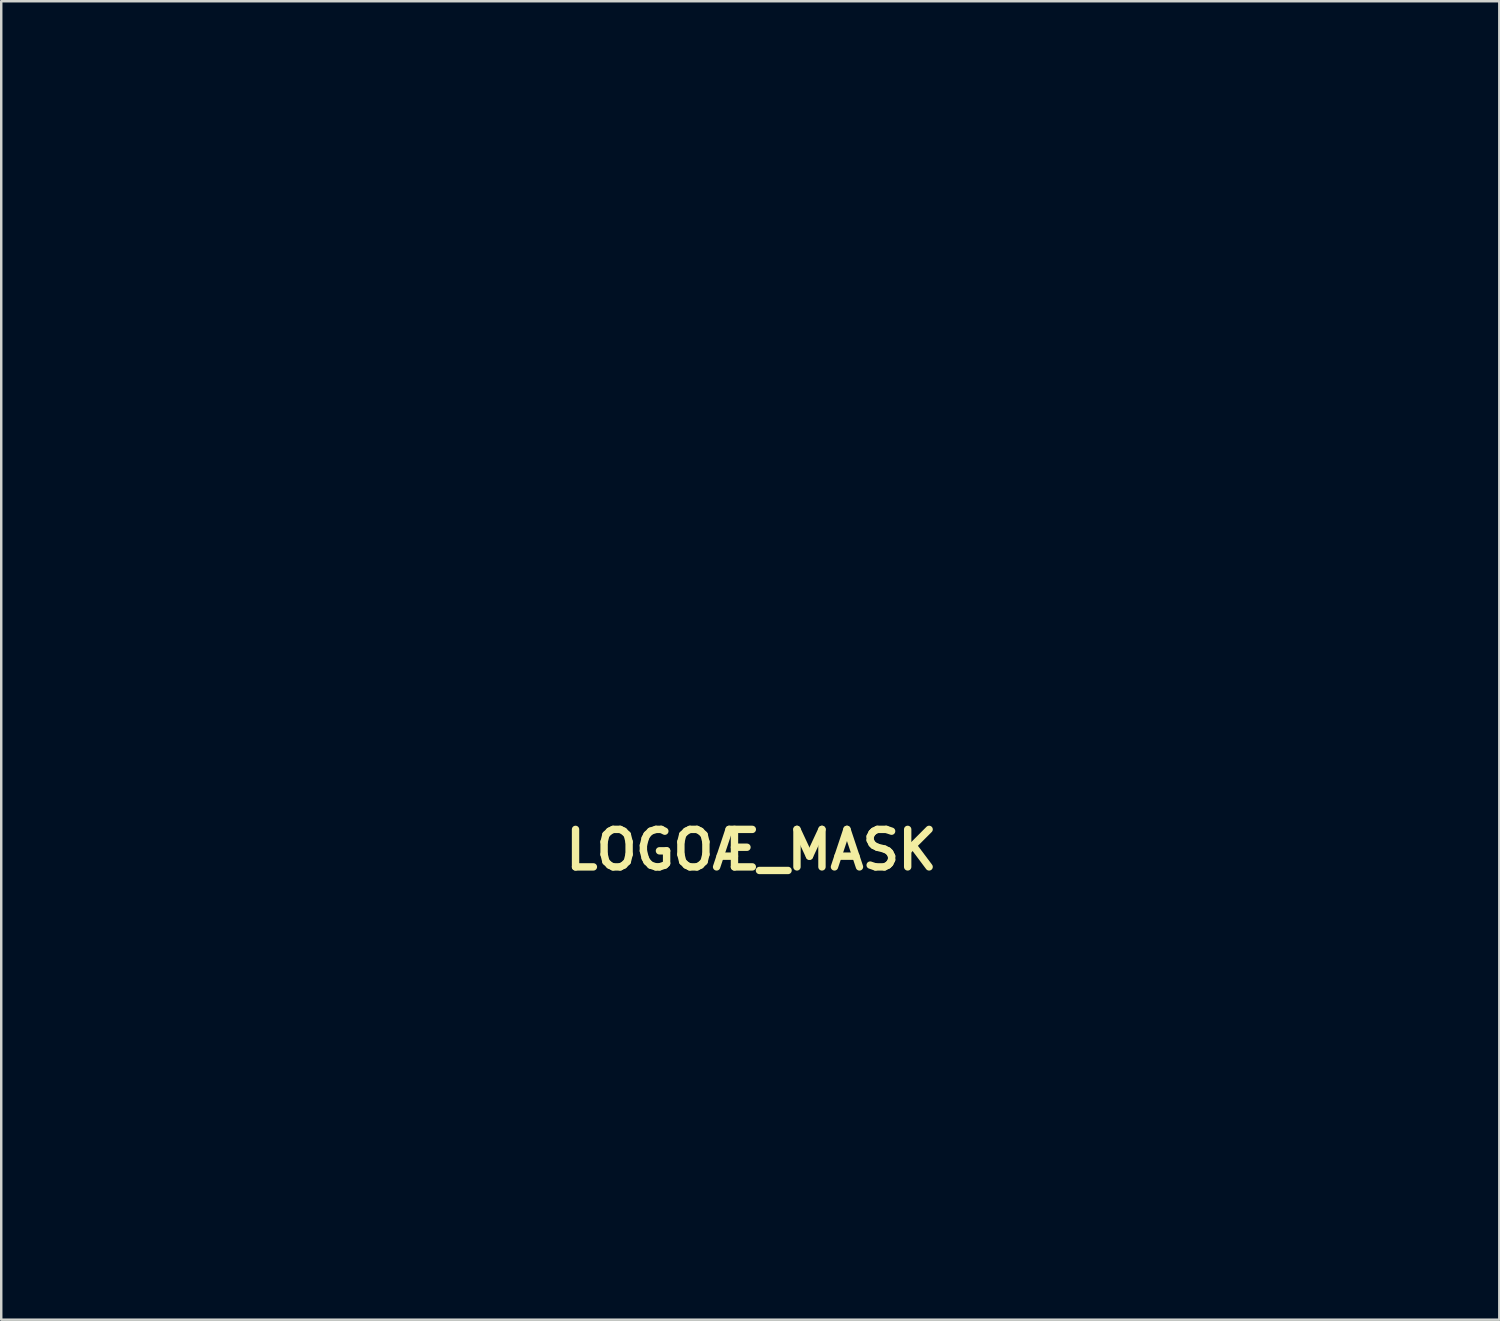
<source format=kicad_pcb>
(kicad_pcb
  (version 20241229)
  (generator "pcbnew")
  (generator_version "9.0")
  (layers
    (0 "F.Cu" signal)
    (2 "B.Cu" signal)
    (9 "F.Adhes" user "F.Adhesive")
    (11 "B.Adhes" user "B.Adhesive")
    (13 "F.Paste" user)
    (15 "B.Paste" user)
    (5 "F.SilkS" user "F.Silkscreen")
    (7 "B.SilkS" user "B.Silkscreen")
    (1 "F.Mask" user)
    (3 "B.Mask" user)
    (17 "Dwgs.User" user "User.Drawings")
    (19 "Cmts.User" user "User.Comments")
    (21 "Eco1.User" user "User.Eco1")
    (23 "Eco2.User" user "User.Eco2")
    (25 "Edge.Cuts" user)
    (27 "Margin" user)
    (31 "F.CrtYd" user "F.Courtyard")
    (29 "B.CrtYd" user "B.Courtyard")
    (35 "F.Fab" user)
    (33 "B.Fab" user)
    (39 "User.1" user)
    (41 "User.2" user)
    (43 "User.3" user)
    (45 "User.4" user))
  (footprint "LOGOÆ_MASK"
    (layer "F.Cu")
    (at 27.488 31.491)
    (property "Reference" "LOGOÆ_MASK" (at 0 0 0) (layer "F.SilkS") (effects (font (size 1.524 1.524) (thickness 0.3))))
    (attr through_hole)
    (fp_poly (pts (xy -0.162 -24.945) (xy -0.048 -24.902) (xy 0.076 -24.87) (xy 0.194 -24.832) (xy 0.273 -24.767) (xy 0.314 -24.663) (xy 0.321 -24.51) (xy 0.294 -24.298) (xy 0.246 -24.056) (xy 0.215 -23.928) (xy 0.183 -23.861) (xy 0.13 -23.837) (xy 0.052 -23.834) (xy -0.043 -23.84) (xy -0.073 -23.868) (xy -0.062 -23.908) (xy 0.019 -24.111) (xy 0.067 -24.262) (xy 0.079 -24.351) (xy 0.072 -24.368) (xy 0.014 -24.393) (xy -0.095 -24.417) (xy -0.138 -24.424) (xy -0.318 -24.448) (xy -0.329 -24.659) (xy -0.326 -24.836) (xy -0.295 -24.937) (xy -0.233 -24.967) (xy -0.162 -24.945)) (stroke (width 0.01) (type solid)) (fill yes) (layer "F.Mask"))
    (fp_poly (pts (xy -22.791 11.326) (xy -22.775 11.349) (xy -22.76 11.409) (xy -22.738 11.538) (xy -22.711 11.723) (xy -22.68 11.949) (xy -22.649 12.203) (xy -22.648 12.213) (xy -22.617 12.465) (xy -22.588 12.688) (xy -22.562 12.868) (xy -22.541 12.992) (xy -22.527 13.046) (xy -22.527 13.046) (xy -22.493 13.025) (xy -22.418 12.947) (xy -22.31 12.823) (xy -22.179 12.663) (xy -22.098 12.562) (xy -21.872 12.276) (xy -21.693 12.054) (xy -21.556 11.893) (xy -21.459 11.788) (xy -21.398 11.735) (xy -21.377 11.726) (xy -21.363 11.766) (xy -21.353 11.871) (xy -21.349 12.025) (xy -21.35 12.136) (xy -21.357 12.545) (xy -21.138 12.675) (xy -20.99 12.762) (xy -20.848 12.844) (xy -20.779 12.883) (xy -20.693 12.939) (xy -20.678 12.976) (xy -20.702 12.996) (xy -20.762 13.012) (xy -20.892 13.035) (xy -21.078 13.064) (xy -21.304 13.095) (xy -21.548 13.126) (xy -21.797 13.157) (xy -22.017 13.188) (xy -22.195 13.216) (xy -22.317 13.238) (xy -22.367 13.253) (xy -22.347 13.287) (xy -22.268 13.366) (xy -22.141 13.479) (xy -21.975 13.62) (xy -21.779 13.779) (xy -21.72 13.826) (xy -21.472 14.024) (xy -21.29 14.175) (xy -21.171 14.286) (xy -21.114 14.362) (xy -21.117 14.408) (xy -21.179 14.43) (xy -21.296 14.433) (xy -21.469 14.423) (xy -21.523 14.418) (xy -21.868 14.39) (xy -22.077 14.752) (xy -22.168 14.905) (xy -22.246 15.026) (xy -22.298 15.099) (xy -22.314 15.113) (xy -22.345 15.077) (xy -22.366 15.018) (xy -22.378 14.946) (xy -22.398 14.806) (xy -22.423 14.612) (xy -22.452 14.381) (xy -22.478 14.161) (xy -22.507 13.915) (xy -22.534 13.698) (xy -22.555 13.524) (xy -22.571 13.408) (xy -22.577 13.363) (xy -22.605 13.384) (xy -22.678 13.463) (xy -22.787 13.59) (xy -22.926 13.757) (xy -23.086 13.954) (xy -23.155 14.039) (xy -23.341 14.273) (xy -23.482 14.447) (xy -23.585 14.569) (xy -23.655 14.644) (xy -23.701 14.68) (xy -23.729 14.684) (xy -23.746 14.662) (xy -23.758 14.625) (xy -23.774 14.518) (xy -23.783 14.361) (xy -23.782 14.205) (xy -23.77 13.911) (xy -24.067 13.726) (xy -24.213 13.636) (xy -24.336 13.56) (xy -24.415 13.511) (xy -24.426 13.505) (xy -24.468 13.462) (xy -24.464 13.443) (xy -24.416 13.43) (xy -24.297 13.409) (xy -24.12 13.382) (xy -23.899 13.351) (xy -23.645 13.318) (xy -23.596 13.312) (xy -23.338 13.279) (xy -23.108 13.249) (xy -22.919 13.224) (xy -22.786 13.205) (xy -22.721 13.195) (xy -22.717 13.195) (xy -22.713 13.184) (xy -22.733 13.159) (xy -22.781 13.112) (xy -22.866 13.039) (xy -22.992 12.934) (xy -23.166 12.793) (xy -23.394 12.611) (xy -23.682 12.381) (xy -23.684 12.379) (xy -24.106 12.044) (xy -23.665 12.023) (xy -23.225 12.002) (xy -23.08 11.748) (xy -22.969 11.556) (xy -22.893 11.428) (xy -22.843 11.354) (xy -22.811 11.323) (xy -22.791 11.326)) (stroke (width 0.01) (type solid)) (fill yes) (layer "F.Mask"))
    (fp_poly (pts (xy -0.029 -26.869) (xy 0.039 -26.769) (xy 0.133 -26.619) (xy 0.245 -26.433) (xy 0.337 -26.276) (xy 0.696 -25.656) (xy 1.423 -25.644) (xy 2.149 -25.633) (xy 1.79 -25.009) (xy 1.43 -24.386) (xy 1.791 -23.761) (xy 2.153 -23.135) (xy 1.423 -23.124) (xy 0.693 -23.112) (xy 0.34 -22.498) (xy 0.221 -22.292) (xy 0.114 -22.113) (xy 0.029 -21.974) (xy -0.028 -21.886) (xy -0.047 -21.862) (xy -0.088 -21.882) (xy -0.15 -21.955) (xy -0.181 -22.001) (xy -0.241 -22.1) (xy -0.33 -22.253) (xy -0.438 -22.437) (xy -0.551 -22.633) (xy -0.553 -22.637) (xy -0.826 -23.112) (xy -0.961 -23.114) (xy -0.376 -23.114) (xy -0.221 -22.843) (xy -0.066 -22.572) (xy 0.072 -22.811) (xy 0.142 -22.939) (xy 0.193 -23.037) (xy 0.21 -23.082) (xy 0.172 -23.098) (xy 0.071 -23.109) (xy -0.072 -23.114) (xy -0.082 -23.114) (xy -0.376 -23.114) (xy -0.961 -23.114) (xy -1.554 -23.124) (xy -2.283 -23.135) (xy -2.075 -23.495) (xy -1.611 -23.495) (xy -1.053 -23.495) (xy -1.191 -23.746) (xy -1.329 -23.998) (xy -1.402 -23.879) (xy -1.475 -23.751) (xy -1.543 -23.627) (xy -1.611 -23.495) (xy -2.075 -23.495) (xy -1.921 -23.761) (xy -1.575 -24.359) (xy -1.073 -24.359) (xy -1.063 -24.309) (xy -1.053 -24.29) (xy -1.01 -24.212) (xy -0.935 -24.083) (xy -0.843 -23.925) (xy -0.796 -23.844) (xy -0.589 -23.495) (xy 0.458 -23.495) (xy 0.469 -23.514) (xy 0.931 -23.514) (xy 0.97 -23.504) (xy 1.071 -23.498) (xy 1.208 -23.495) (xy 1.485 -23.495) (xy 1.347 -23.744) (xy 1.209 -23.994) (xy 1.07 -23.763) (xy 0.998 -23.641) (xy 0.948 -23.551) (xy 0.931 -23.514) (xy 0.469 -23.514) (xy 0.717 -23.938) (xy 0.976 -24.382) (xy 0.71 -24.848) (xy 0.456 -25.294) (xy 0.904 -25.294) (xy 1.047 -25.051) (xy 1.121 -24.928) (xy 1.178 -24.84) (xy 1.205 -24.807) (xy 1.233 -24.841) (xy 1.289 -24.929) (xy 1.356 -25.043) (xy 1.422 -25.167) (xy 1.463 -25.259) (xy 1.47 -25.299) (xy 1.42 -25.308) (xy 1.31 -25.31) (xy 1.177 -25.307) (xy 0.904 -25.294) (xy 0.456 -25.294) (xy 0.445 -25.314) (xy -0.065 -25.315) (xy -0.575 -25.315) (xy -0.84 -24.851) (xy -0.95 -24.655) (xy -1.022 -24.517) (xy -1.061 -24.424) (xy -1.073 -24.359) (xy -1.575 -24.359) (xy -1.559 -24.386) (xy -1.921 -25.009) (xy -2.098 -25.315) (xy -1.646 -25.315) (xy -1.49 -25.043) (xy -1.407 -24.905) (xy -1.353 -24.833) (xy -1.318 -24.818) (xy -1.297 -24.842) (xy -1.254 -24.917) (xy -1.186 -25.034) (xy -1.138 -25.114) (xy -1.017 -25.315) (xy -1.646 -25.315) (xy -2.098 -25.315) (xy -2.282 -25.633) (xy -1.554 -25.645) (xy -0.97 -25.654) (xy -0.376 -25.654) (xy -0.082 -25.654) (xy 0.063 -25.658) (xy 0.168 -25.669) (xy 0.21 -25.685) (xy 0.21 -25.686) (xy 0.19 -25.736) (xy 0.138 -25.837) (xy 0.072 -25.957) (xy -0.066 -26.196) (xy -0.221 -25.925) (xy -0.376 -25.654) (xy -0.97 -25.654) (xy -0.826 -25.656) (xy -0.466 -26.289) (xy -0.346 -26.495) (xy -0.238 -26.671) (xy -0.149 -26.806) (xy -0.088 -26.889) (xy -0.064 -26.908) (xy -0.029 -26.869)) (stroke (width 0.01) (type solid)) (fill yes) (layer "F.Mask"))
    (fp_poly (pts (xy 21.293 10.892) (xy 21.391 10.949) (xy 21.514 11.062) (xy 21.649 11.208) (xy 21.797 11.373) (xy 21.947 11.541) (xy 22.077 11.683) (xy 22.125 11.735) (xy 22.309 11.934) (xy 22.924 11.661) (xy 23.18 11.548) (xy 23.372 11.469) (xy 23.51 11.42) (xy 23.606 11.397) (xy 23.672 11.398) (xy 23.72 11.42) (xy 23.741 11.438) (xy 23.776 11.49) (xy 23.784 11.558) (xy 23.763 11.652) (xy 23.707 11.784) (xy 23.614 11.965) (xy 23.48 12.204) (xy 23.453 12.25) (xy 23.114 12.836) (xy 23.58 13.362) (xy 23.776 13.589) (xy 23.917 13.765) (xy 24.004 13.898) (xy 24.043 13.996) (xy 24.038 14.068) (xy 23.992 14.12) (xy 23.963 14.138) (xy 23.907 14.15) (xy 23.809 14.147) (xy 23.657 14.125) (xy 23.442 14.085) (xy 23.195 14.033) (xy 22.967 13.984) (xy 22.769 13.943) (xy 22.617 13.913) (xy 22.523 13.897) (xy 22.5 13.895) (xy 22.477 13.934) (xy 22.42 14.033) (xy 22.335 14.18) (xy 22.23 14.363) (xy 22.164 14.478) (xy 22.012 14.738) (xy 21.892 14.929) (xy 21.797 15.059) (xy 21.72 15.133) (xy 21.655 15.159) (xy 21.595 15.143) (xy 21.535 15.095) (xy 21.511 15.065) (xy 21.491 15.022) (xy 21.473 14.953) (xy 21.455 14.847) (xy 21.435 14.694) (xy 21.411 14.482) (xy 21.381 14.199) (xy 21.374 14.128) (xy 21.35 13.914) (xy 21.33 13.771) (xy 21.316 13.713) (xy 21.736 13.713) (xy 21.749 13.895) (xy 21.763 14.036) (xy 21.781 14.159) (xy 21.785 14.18) (xy 21.801 14.231) (xy 21.825 14.233) (xy 21.867 14.178) (xy 21.937 14.061) (xy 22.001 13.936) (xy 22.032 13.841) (xy 22.029 13.802) (xy 21.964 13.769) (xy 21.864 13.74) (xy 21.736 13.713) (xy 21.316 13.713) (xy 21.309 13.682) (xy 21.283 13.635) (xy 21.248 13.613) (xy 21.234 13.61) (xy 21.162 13.594) (xy 21.025 13.563) (xy 20.84 13.523) (xy 20.768 13.507) (xy 22.738 13.507) (xy 22.74 13.523) (xy 22.787 13.538) (xy 22.886 13.563) (xy 23.007 13.591) (xy 23.118 13.615) (xy 23.188 13.626) (xy 23.237 13.618) (xy 23.241 13.61) (xy 23.214 13.564) (xy 23.146 13.483) (xy 23.059 13.39) (xy 22.974 13.307) (xy 22.913 13.257) (xy 22.898 13.25) (xy 22.861 13.282) (xy 22.81 13.356) (xy 22.763 13.442) (xy 22.738 13.507) (xy 20.768 13.507) (xy 20.626 13.476) (xy 20.555 13.46) (xy 20.338 13.411) (xy 20.15 13.363) (xy 20.005 13.322) (xy 19.921 13.292) (xy 19.909 13.285) (xy 19.863 13.201) (xy 19.861 13.094) (xy 19.874 13.069) (xy 20.786 13.069) (xy 20.811 13.099) (xy 20.913 13.132) (xy 21.018 13.158) (xy 21.159 13.19) (xy 21.234 13.194) (xy 21.263 13.16) (xy 21.262 13.08) (xy 21.259 13.039) (xy 21.241 12.933) (xy 21.217 12.874) (xy 21.209 12.869) (xy 21.155 12.886) (xy 21.05 12.929) (xy 20.951 12.973) (xy 20.834 13.03) (xy 20.786 13.069) (xy 19.874 13.069) (xy 19.904 13.009) (xy 19.907 13.007) (xy 19.963 12.976) (xy 20.082 12.919) (xy 20.249 12.842) (xy 20.45 12.752) (xy 20.574 12.698) (xy 20.634 12.672) (xy 21.625 12.672) (xy 21.655 12.972) (xy 21.671 13.121) (xy 21.686 13.233) (xy 21.697 13.285) (xy 21.697 13.286) (xy 21.744 13.304) (xy 21.846 13.333) (xy 21.976 13.364) (xy 22.104 13.393) (xy 22.205 13.412) (xy 22.234 13.415) (xy 22.299 13.38) (xy 22.387 13.272) (xy 22.457 13.161) (xy 22.609 12.903) (xy 22.414 12.674) (xy 22.312 12.562) (xy 22.23 12.48) (xy 22.184 12.446) (xy 22.182 12.446) (xy 22.127 12.462) (xy 22.019 12.503) (xy 21.886 12.559) (xy 21.625 12.672) (xy 20.634 12.672) (xy 20.783 12.607) (xy 20.962 12.529) (xy 21.099 12.47) (xy 21.179 12.435) (xy 21.194 12.428) (xy 21.192 12.387) (xy 21.182 12.279) (xy 21.181 12.261) (xy 22.609 12.261) (xy 22.62 12.299) (xy 22.673 12.364) (xy 22.743 12.43) (xy 22.805 12.474) (xy 22.827 12.478) (xy 22.865 12.438) (xy 22.929 12.345) (xy 22.988 12.245) (xy 23.115 12.025) (xy 23.008 12.065) (xy 22.908 12.107) (xy 22.789 12.163) (xy 22.681 12.218) (xy 22.615 12.257) (xy 22.609 12.261) (xy 21.181 12.261) (xy 21.166 12.118) (xy 21.144 11.921) (xy 21.142 11.896) (xy 21.123 11.721) (xy 21.523 11.721) (xy 21.529 11.815) (xy 21.542 11.938) (xy 21.559 12.064) (xy 21.572 12.139) (xy 21.591 12.208) (xy 21.625 12.228) (xy 21.697 12.202) (xy 21.764 12.169) (xy 21.891 12.103) (xy 21.715 11.893) (xy 21.623 11.786) (xy 21.555 11.711) (xy 21.527 11.684) (xy 21.523 11.721) (xy 21.123 11.721) (xy 21.108 11.587) (xy 21.086 11.352) (xy 21.075 11.179) (xy 21.075 11.06) (xy 21.085 10.983) (xy 21.106 10.938) (xy 21.126 10.92) (xy 21.209 10.885) (xy 21.293 10.892)) (stroke (width 0.01) (type solid)) (fill yes) (layer "F.Mask"))
    (fp_poly (pts (xy -0.054 -31.474) (xy -0.025 -31.432) (xy 0.024 -31.356) (xy 0.092 -31.247) (xy 0.18 -31.102) (xy 0.289 -30.921) (xy 0.419 -30.701) (xy 0.572 -30.443) (xy 0.748 -30.143) (xy 0.948 -29.802) (xy 1.173 -29.418) (xy 1.423 -28.989) (xy 1.7 -28.514) (xy 2.003 -27.992) (xy 2.334 -27.421) (xy 2.694 -26.8) (xy 3.083 -26.129) (xy 3.503 -25.404) (xy 3.953 -24.626) (xy 4.435 -23.793) (xy 4.949 -22.903) (xy 5.496 -21.955) (xy 6.077 -20.948) (xy 6.693 -19.881) (xy 7.344 -18.752) (xy 8.032 -17.559) (xy 8.757 -16.302) (xy 9.519 -14.98) (xy 10.32 -13.59) (xy 11.16 -12.132) (xy 12.04 -10.604) (xy 12.961 -9.005) (xy 13.686 -7.747) (xy 14.445 -6.429) (xy 15.194 -5.129) (xy 15.931 -3.849) (xy 16.656 -2.591) (xy 17.367 -1.356) (xy 18.062 -0.148) (xy 18.742 1.032) (xy 19.404 2.183) (xy 20.048 3.302) (xy 20.673 4.387) (xy 21.278 5.437) (xy 21.86 6.449) (xy 22.42 7.422) (xy 22.956 8.353) (xy 23.467 9.241) (xy 23.953 10.085) (xy 24.411 10.88) (xy 24.84 11.627) (xy 25.24 12.323) (xy 25.61 12.966) (xy 25.948 13.554) (xy 26.254 14.085) (xy 26.525 14.558) (xy 26.762 14.97) (xy 26.963 15.319) (xy 27.126 15.604) (xy 27.251 15.823) (xy 27.337 15.973) (xy 27.382 16.052) (xy 27.39 16.066) (xy 27.348 16.067) (xy 27.223 16.068) (xy 27.019 16.069) (xy 26.736 16.07) (xy 26.378 16.071) (xy 25.946 16.072) (xy 25.443 16.073) (xy 24.87 16.074) (xy 24.231 16.075) (xy 23.527 16.076) (xy 22.761 16.077) (xy 21.935 16.078) (xy 21.051 16.079) (xy 20.11 16.08) (xy 19.117 16.081) (xy 18.072 16.081) (xy 16.978 16.082) (xy 15.838 16.083) (xy 14.652 16.083) (xy 13.425 16.084) (xy 12.157 16.084) (xy 10.851 16.085) (xy 9.51 16.085) (xy 8.135 16.086) (xy 6.729 16.086) (xy 5.294 16.086) (xy 3.832 16.086) (xy 2.346 16.087) (xy 0.837 16.087) (xy -0.047 16.087) (xy -27.483 16.087) (xy -27.402 15.949) (xy -27.376 15.905) (xy -27.31 15.79) (xy -27.203 15.605) (xy -27.188 15.579) (xy -26.55 15.579) (xy -0.042 15.579) (xy 1.452 15.579) (xy 2.925 15.578) (xy 4.375 15.578) (xy 5.8 15.578) (xy 7.196 15.577) (xy 8.562 15.577) (xy 9.896 15.576) (xy 11.195 15.575) (xy 12.457 15.574) (xy 13.68 15.574) (xy 14.861 15.573) (xy 15.999 15.571) (xy 17.091 15.57) (xy 18.134 15.569) (xy 19.127 15.568) (xy 20.067 15.566) (xy 20.952 15.565) (xy 21.779 15.563) (xy 22.547 15.562) (xy 23.253 15.56) (xy 23.895 15.559) (xy 24.471 15.557) (xy 24.978 15.555) (xy 25.414 15.553) (xy 25.777 15.551) (xy 26.064 15.549) (xy 26.274 15.548) (xy 26.404 15.546) (xy 26.451 15.544) (xy 26.451 15.543) (xy 26.427 15.498) (xy 26.361 15.382) (xy 26.257 15.198) (xy 26.114 14.948) (xy 25.935 14.635) (xy 25.72 14.261) (xy 25.471 13.827) (xy 25.19 13.338) (xy 24.878 12.795) (xy 24.536 12.2) (xy 24.166 11.556) (xy 23.768 10.865) (xy 23.345 10.13) (xy 22.898 9.353) (xy 22.428 8.537) (xy 21.936 7.683) (xy 21.425 6.795) (xy 20.894 5.874) (xy 20.347 4.923) (xy 19.783 3.945) (xy 19.205 2.941) (xy 18.613 1.915) (xy 18.01 0.868) (xy 17.396 -0.197) (xy 16.773 -1.277) (xy 16.143 -2.371) (xy 15.506 -3.475) (xy 14.864 -4.588) (xy 14.219 -5.707) (xy 13.571 -6.83) (xy 12.923 -7.954) (xy 12.275 -9.077) (xy 11.63 -10.196) (xy 10.987 -11.31) (xy 10.35 -12.415) (xy 9.718 -13.509) (xy 9.094 -14.59) (xy 8.479 -15.656) (xy 7.874 -16.704) (xy 7.281 -17.732) (xy 6.701 -18.737) (xy 6.135 -19.717) (xy 5.585 -20.67) (xy 5.052 -21.593) (xy 4.538 -22.484) (xy 4.043 -23.34) (xy 3.57 -24.159) (xy 3.119 -24.938) (xy 2.693 -25.676) (xy 2.292 -26.37) (xy 1.917 -27.017) (xy 1.571 -27.615) (xy 1.255 -28.162) (xy 0.969 -28.655) (xy 0.716 -29.092) (xy 0.496 -29.47) (xy 0.312 -29.788) (xy 0.164 -30.042) (xy 0.054 -30.23) (xy -0.017 -30.351) (xy -0.047 -30.401) (xy -0.049 -30.402) (xy -0.071 -30.364) (xy -0.135 -30.255) (xy -0.238 -30.076) (xy -0.381 -29.83) (xy -0.561 -29.518) (xy -0.777 -29.143) (xy -1.03 -28.706) (xy -1.316 -28.21) (xy -1.636 -27.656) (xy -1.987 -27.046) (xy -2.37 -26.383) (xy -2.782 -25.668) (xy -3.223 -24.903) (xy -3.691 -24.091) (xy -4.185 -23.233) (xy -4.705 -22.331) (xy -5.249 -21.387) (xy -5.816 -20.404) (xy -6.405 -19.382) (xy -7.014 -18.325) (xy -7.643 -17.233) (xy -8.29 -16.11) (xy -8.954 -14.957) (xy -9.635 -13.775) (xy -10.33 -12.568) (xy -11.039 -11.336) (xy -11.761 -10.083) (xy -12.495 -8.809) (xy -13.229 -7.535) (xy -13.973 -6.243) (xy -14.707 -4.968) (xy -15.43 -3.713) (xy -16.14 -2.481) (xy -16.836 -1.271) (xy -17.518 -0.088) (xy -18.183 1.067) (xy -18.832 2.193) (xy -19.462 3.287) (xy -20.072 4.347) (xy -20.662 5.372) (xy -21.231 6.359) (xy -21.777 7.306) (xy -22.298 8.211) (xy -22.795 9.073) (xy -23.265 9.889) (xy -23.708 10.657) (xy -24.122 11.376) (xy -24.506 12.043) (xy -24.86 12.657) (xy -25.181 13.215) (xy -25.47 13.716) (xy -25.724 14.157) (xy -25.943 14.536) (xy -26.125 14.852) (xy -26.27 15.103) (xy -26.375 15.286) (xy -26.441 15.399) (xy -26.466 15.441) (xy -26.55 15.579) (xy -27.188 15.579) (xy -27.058 15.352) (xy -26.875 15.034) (xy -26.655 14.652) (xy -26.399 14.209) (xy -26.11 13.706) (xy -25.786 13.145) (xy -25.431 12.529) (xy -25.045 11.858) (xy -24.629 11.136) (xy -24.184 10.363) (xy -23.712 9.543) (xy -23.213 8.676) (xy -22.688 7.766) (xy -22.14 6.813) (xy -21.568 5.82) (xy -20.974 4.789) (xy -20.359 3.721) (xy -19.725 2.62) (xy -19.071 1.485) (xy -18.401 0.321) (xy -17.714 -0.873) (xy -17.011 -2.092) (xy -16.295 -3.337) (xy -15.565 -4.604) (xy -14.823 -5.892) (xy -14.071 -7.198) (xy -13.718 -7.811) (xy -12.962 -9.124) (xy -12.215 -10.42) (xy -11.481 -11.696) (xy -10.758 -12.95) (xy -10.05 -14.18) (xy -9.356 -15.384) (xy -8.678 -16.56) (xy -8.018 -17.707) (xy -7.375 -18.822) (xy -6.752 -19.903) (xy -6.15 -20.949) (xy -5.568 -21.957) (xy -5.01 -22.926) (xy -4.475 -23.853) (xy -3.966 -24.737) (xy -3.482 -25.576) (xy -3.025 -26.367) (xy -2.597 -27.11) (xy -2.198 -27.801) (xy -1.83 -28.439) (xy -1.493 -29.022) (xy -1.189 -29.549) (xy -0.919 -30.016) (xy -0.684 -30.423) (xy -0.485 -30.767) (xy -0.323 -31.046) (xy -0.2 -31.259) (xy -0.116 -31.403) (xy -0.073 -31.476) (xy -0.067 -31.486) (xy -0.054 -31.474)) (stroke (width 0.01) (type solid)) (fill yes) (layer "F.Mask"))
    (fp_poly (pts (xy 0.961 -14.146) (xy 1.992 -14.047) (xy 3.016 -13.871) (xy 4.028 -13.618) (xy 5.024 -13.289) (xy 5.999 -12.884) (xy 6.95 -12.403) (xy 7.873 -11.846) (xy 8.615 -11.324) (xy 9.469 -10.632) (xy 10.265 -9.883) (xy 11.001 -9.081) (xy 11.673 -8.231) (xy 12.278 -7.338) (xy 12.815 -6.405) (xy 13.28 -5.437) (xy 13.67 -4.439) (xy 13.983 -3.415) (xy 14.217 -2.369) (xy 14.244 -2.212) (xy 14.293 -1.896) (xy 14.336 -1.561) (xy 14.372 -1.217) (xy 14.401 -0.877) (xy 14.422 -0.552) (xy 14.434 -0.253) (xy 14.438 0.008) (xy 14.432 0.221) (xy 14.415 0.373) (xy 14.388 0.454) (xy 14.385 0.457) (xy 14.294 0.501) (xy 14.185 0.499) (xy 14.107 0.455) (xy 14.09 0.396) (xy 14.072 0.268) (xy 14.055 0.089) (xy 14.041 -0.124) (xy 14.036 -0.212) (xy 13.972 -1.107) (xy 13.866 -1.946) (xy 13.758 -2.54) (xy 13.503 -3.575) (xy 13.171 -4.581) (xy 12.766 -5.554) (xy 12.29 -6.491) (xy 11.747 -7.387) (xy 11.141 -8.24) (xy 10.476 -9.046) (xy 9.754 -9.802) (xy 8.979 -10.502) (xy 8.154 -11.145) (xy 7.283 -11.726) (xy 6.37 -12.242) (xy 5.417 -12.689) (xy 4.429 -13.064) (xy 3.429 -13.357) (xy 2.717 -13.519) (xy 2.029 -13.636) (xy 1.339 -13.711) (xy 0.623 -13.748) (xy -0.144 -13.748) (xy -0.204 -13.746) (xy -0.769 -13.725) (xy -1.276 -13.688) (xy -1.755 -13.631) (xy -2.232 -13.552) (xy -2.735 -13.447) (xy -3.031 -13.376) (xy -4.076 -13.077) (xy -5.084 -12.702) (xy -6.053 -12.252) (xy -6.984 -11.726) (xy -7.875 -11.127) (xy -8.725 -10.453) (xy -9.533 -9.706) (xy -9.7 -9.537) (xy -10.433 -8.725) (xy -11.093 -7.87) (xy -11.68 -6.974) (xy -12.192 -6.04) (xy -12.628 -5.07) (xy -12.987 -4.065) (xy -13.268 -3.029) (xy -13.471 -1.962) (xy -13.55 -1.355) (xy -13.573 -1.053) (xy -13.589 -0.69) (xy -13.596 -0.288) (xy -13.594 0.132) (xy -13.585 0.547) (xy -13.567 0.935) (xy -13.542 1.273) (xy -13.529 1.397) (xy -13.36 2.464) (xy -13.111 3.503) (xy -12.784 4.514) (xy -12.38 5.492) (xy -11.9 6.435) (xy -11.344 7.342) (xy -10.715 8.21) (xy -10.013 9.036) (xy -9.435 9.631) (xy -8.625 10.363) (xy -7.778 11.019) (xy -6.893 11.599) (xy -5.971 12.104) (xy -5.011 12.532) (xy -4.014 12.884) (xy -2.98 13.161) (xy -1.908 13.361) (xy -1.439 13.423) (xy -1.198 13.444) (xy -0.892 13.46) (xy -0.544 13.469) (xy -0.172 13.473) (xy 0.202 13.471) (xy 0.559 13.464) (xy 0.878 13.45) (xy 1.14 13.431) (xy 1.206 13.424) (xy 2.267 13.261) (xy 3.283 13.028) (xy 4.261 12.724) (xy 5.21 12.346) (xy 6.135 11.891) (xy 6.655 11.596) (xy 7.54 11.022) (xy 8.375 10.382) (xy 9.156 9.679) (xy 9.881 8.919) (xy 10.545 8.106) (xy 11.146 7.244) (xy 11.68 6.338) (xy 12.143 5.392) (xy 12.532 4.41) (xy 12.737 3.779) (xy 12.92 3.092) (xy 13.058 2.411) (xy 13.153 1.714) (xy 13.208 0.981) (xy 13.227 0.192) (xy 13.227 0.191) (xy 13.223 -0.302) (xy 13.209 -0.731) (xy 13.183 -1.121) (xy 13.142 -1.493) (xy 13.085 -1.868) (xy 13.009 -2.27) (xy 12.973 -2.443) (xy 12.714 -3.458) (xy 12.376 -4.445) (xy 11.962 -5.401) (xy 11.476 -6.321) (xy 10.921 -7.202) (xy 10.299 -8.037) (xy 9.613 -8.823) (xy 8.867 -9.556) (xy 8.063 -10.23) (xy 7.366 -10.735) (xy 6.473 -11.29) (xy 5.552 -11.766) (xy 4.608 -12.163) (xy 3.644 -12.482) (xy 2.664 -12.722) (xy 1.673 -12.883) (xy 0.675 -12.965) (xy -0.327 -12.966) (xy -1.327 -12.888) (xy -2.323 -12.729) (xy -3.309 -12.49) (xy -4.283 -12.17) (xy -5.239 -11.768) (xy -5.559 -11.614) (xy -6.465 -11.115) (xy -7.32 -10.555) (xy -8.121 -9.937) (xy -8.867 -9.266) (xy -9.555 -8.546) (xy -10.183 -7.78) (xy -10.749 -6.974) (xy -11.251 -6.131) (xy -11.688 -5.255) (xy -12.056 -4.35) (xy -12.355 -3.422) (xy -12.582 -2.472) (xy -12.734 -1.507) (xy -12.811 -0.53) (xy -12.809 0.455) (xy -12.728 1.444) (xy -12.564 2.432) (xy -12.531 2.582) (xy -12.268 3.58) (xy -11.926 4.548) (xy -11.511 5.482) (xy -11.024 6.378) (xy -10.469 7.231) (xy -9.85 8.039) (xy -9.169 8.796) (xy -8.429 9.5) (xy -7.634 10.145) (xy -6.787 10.729) (xy -5.89 11.246) (xy -5.567 11.411) (xy -4.62 11.829) (xy -3.657 12.166) (xy -2.68 12.421) (xy -1.691 12.594) (xy -0.695 12.683) (xy 0.307 12.689) (xy 0.876 12.654) (xy 1.887 12.527) (xy 2.882 12.318) (xy 3.857 12.028) (xy 4.807 11.66) (xy 5.729 11.214) (xy 6.617 10.694) (xy 7.467 10.1) (xy 7.671 9.942) (xy 7.918 9.735) (xy 8.202 9.48) (xy 8.508 9.19) (xy 8.819 8.882) (xy 9.12 8.572) (xy 9.395 8.275) (xy 9.629 8.008) (xy 9.727 7.887) (xy 10.345 7.04) (xy 10.884 6.162) (xy 11.346 5.25) (xy 11.731 4.305) (xy 12.039 3.323) (xy 12.271 2.303) (xy 12.327 1.986) (xy 12.356 1.798) (xy 12.379 1.62) (xy 12.395 1.438) (xy 12.407 1.236) (xy 12.415 1) (xy 12.42 0.714) (xy 12.422 0.363) (xy 12.422 0.233) (xy 12.422 -0.18) (xy 12.418 -0.525) (xy 12.408 -0.82) (xy 12.391 -1.082) (xy 12.366 -1.329) (xy 12.332 -1.577) (xy 12.285 -1.845) (xy 12.226 -2.149) (xy 12.207 -2.244) (xy 11.967 -3.211) (xy 11.65 -4.151) (xy 11.258 -5.06) (xy 10.796 -5.933) (xy 10.267 -6.767) (xy 9.675 -7.557) (xy 9.024 -8.299) (xy 8.317 -8.989) (xy 7.558 -9.623) (xy 6.751 -10.197) (xy 5.9 -10.706) (xy 5.008 -11.146) (xy 4.078 -11.513) (xy 3.936 -11.561) (xy 2.973 -11.839) (xy 2.002 -12.035) (xy 1.028 -12.149) (xy 0.054 -12.181) (xy -0.915 -12.135) (xy -1.874 -12.009) (xy -2.821 -11.806) (xy -3.749 -11.527) (xy -4.656 -11.172) (xy -5.536 -10.742) (xy -6.385 -10.239) (xy -7.2 -9.663) (xy -7.976 -9.016) (xy -8.444 -8.571) (xy -9.133 -7.826) (xy -9.751 -7.038) (xy -10.297 -6.212) (xy -10.771 -5.352) (xy -11.171 -4.463) (xy -11.496 -3.549) (xy -11.744 -2.614) (xy -11.914 -1.662) (xy -12.006 -0.698) (xy -12.018 0.274) (xy -11.948 1.25) (xy -11.796 2.225) (xy -11.68 2.746) (xy -11.405 3.687) (xy -11.053 4.601) (xy -10.627 5.483) (xy -10.13 6.327) (xy -9.567 7.13) (xy -8.941 7.886) (xy -8.257 8.591) (xy -7.517 9.241) (xy -6.726 9.83) (xy -5.887 10.354) (xy -5.338 10.648) (xy -4.504 11.032) (xy -3.682 11.34) (xy -2.857 11.575) (xy -2.013 11.742) (xy -1.136 11.845) (xy -0.402 11.882) (xy 0.173 11.887) (xy 0.691 11.871) (xy 1.181 11.831) (xy 1.668 11.765) (xy 2.179 11.671) (xy 2.218 11.663) (xy 3.164 11.424) (xy 4.081 11.109) (xy 4.965 10.721) (xy 5.812 10.264) (xy 6.618 9.741) (xy 7.378 9.158) (xy 8.09 8.517) (xy 8.749 7.822) (xy 9.352 7.077) (xy 9.893 6.287) (xy 10.37 5.454) (xy 10.777 4.583) (xy 11.113 3.677) (xy 11.341 2.868) (xy 11.533 1.901) (xy 11.64 0.934) (xy 11.664 -0.03) (xy 11.605 -0.99) (xy 11.464 -1.94) (xy 11.24 -2.88) (xy 10.934 -3.804) (xy 10.547 -4.71) (xy 10.08 -5.595) (xy 10.015 -5.706) (xy 9.492 -6.505) (xy 8.903 -7.259) (xy 8.254 -7.963) (xy 7.552 -8.612) (xy 6.801 -9.203) (xy 6.007 -9.732) (xy 5.177 -10.194) (xy 4.316 -10.584) (xy 3.43 -10.9) (xy 2.524 -11.137) (xy 2.46 -11.15) (xy 2.132 -11.216) (xy 1.848 -11.267) (xy 1.588 -11.306) (xy 1.333 -11.333) (xy 1.064 -11.351) (xy 0.761 -11.361) (xy 0.406 -11.365) (xy 0.127 -11.365) (xy -0.489 -11.355) (xy -1.044 -11.323) (xy -1.558 -11.267) (xy -2.054 -11.182) (xy -2.553 -11.065) (xy -3.075 -10.914) (xy -3.363 -10.82) (xy -4.284 -10.47) (xy -5.157 -10.051) (xy -5.984 -9.562) (xy -6.769 -9) (xy -7.516 -8.363) (xy -7.739 -8.152) (xy -8.386 -7.48) (xy -8.956 -6.794) (xy -9.457 -6.081) (xy -9.897 -5.332) (xy -10.283 -4.533) (xy -10.437 -4.166) (xy -10.739 -3.327) (xy -10.965 -2.493) (xy -11.119 -1.648) (xy -11.204 -0.776) (xy -11.224 -0.021) (xy -11.181 0.942) (xy -11.056 1.884) (xy -10.85 2.805) (xy -10.561 3.706) (xy -10.19 4.587) (xy -9.737 5.449) (xy -9.202 6.293) (xy -8.917 6.689) (xy -8.725 6.928) (xy -8.481 7.205) (xy -8.198 7.506) (xy -7.892 7.816) (xy -7.577 8.122) (xy -7.266 8.408) (xy -6.975 8.662) (xy -6.718 8.868) (xy -6.701 8.881) (xy -5.887 9.438) (xy -5.046 9.916) (xy -4.178 10.314) (xy -3.286 10.632) (xy -2.372 10.869) (xy -1.437 11.024) (xy -0.483 11.097) (xy -0.106 11.103) (xy 0.809 11.068) (xy 1.688 10.962) (xy 2.543 10.781) (xy 3.384 10.525) (xy 4.223 10.189) (xy 4.697 9.965) (xy 5.562 9.489) (xy 6.37 8.951) (xy 7.118 8.352) (xy 7.808 7.692) (xy 8.438 6.973) (xy 9.007 6.195) (xy 9.515 5.358) (xy 9.76 4.889) (xy 10.148 4.015) (xy 10.454 3.123) (xy 10.677 2.217) (xy 10.817 1.299) (xy 10.874 0.373) (xy 10.847 -0.559) (xy 10.735 -1.494) (xy 10.667 -1.872) (xy 10.44 -2.79) (xy 10.134 -3.68) (xy 9.75 -4.54) (xy 9.292 -5.366) (xy 8.761 -6.154) (xy 8.158 -6.899) (xy 7.551 -7.536) (xy 6.837 -8.174) (xy 6.083 -8.741) (xy 5.292 -9.236) (xy 4.47 -9.657) (xy 3.621 -10.002) (xy 2.748 -10.271) (xy 1.857 -10.462) (xy 0.952 -10.573) (xy 0.036 -10.604) (xy -0.885 -10.552) (xy -1.587 -10.457) (xy -2.459 -10.266) (xy -3.323 -9.996) (xy -4.17 -9.65) (xy -4.99 -9.232) (xy -5.774 -8.748) (xy -6.512 -8.201) (xy -6.668 -8.073) (xy -7.334 -7.46) (xy -7.947 -6.788) (xy -8.502 -6.066) (xy -8.996 -5.301) (xy -9.424 -4.5) (xy -9.782 -3.671) (xy -10.065 -2.821) (xy -10.271 -1.957) (xy -10.346 -1.502) (xy -10.431 -0.587) (xy -10.434 0.325) (xy -10.355 1.23) (xy -10.197 2.121) (xy -9.961 2.995) (xy -9.65 3.847) (xy -9.264 4.671) (xy -8.806 5.463) (xy -8.277 6.217) (xy -7.679 6.929) (xy -7.191 7.427) (xy -6.48 8.051) (xy -5.723 8.604) (xy -4.923 9.085) (xy -4.086 9.492) (xy -3.213 9.823) (xy -2.309 10.076) (xy -1.524 10.228) (xy -1.21 10.265) (xy -0.836 10.291) (xy -0.424 10.305) (xy 0.003 10.308) (xy 0.423 10.299) (xy 0.814 10.279) (xy 1.152 10.247) (xy 1.27 10.23) (xy 2.211 10.044) (xy 3.108 9.785) (xy 3.964 9.452) (xy 4.779 9.046) (xy 5.554 8.565) (xy 6.292 8.008) (xy 6.937 7.431) (xy 7.595 6.739) (xy 8.177 6.009) (xy 8.684 5.241) (xy 9.115 4.434) (xy 9.471 3.588) (xy 9.752 2.703) (xy 9.956 1.791) (xy 9.987 1.605) (xy 10.011 1.433) (xy 10.029 1.26) (xy 10.041 1.069) (xy 10.048 0.843) (xy 10.052 0.567) (xy 10.053 0.225) (xy 10.053 0.191) (xy 10.052 -0.159) (xy 10.049 -0.44) (xy 10.042 -0.669) (xy 10.03 -0.863) (xy 10.013 -1.037) (xy 9.99 -1.208) (xy 9.959 -1.393) (xy 9.956 -1.41) (xy 9.749 -2.333) (xy 9.469 -3.214) (xy 9.115 -4.054) (xy 8.687 -4.854) (xy 8.184 -5.614) (xy 7.605 -6.336) (xy 7.114 -6.86) (xy 6.422 -7.496) (xy 5.689 -8.057) (xy 4.917 -8.543) (xy 4.108 -8.954) (xy 3.262 -9.288) (xy 2.381 -9.546) (xy 1.736 -9.682) (xy 1.51 -9.72) (xy 1.309 -9.749) (xy 1.114 -9.769) (xy 0.905 -9.782) (xy 0.66 -9.79) (xy 0.361 -9.794) (xy 0.191 -9.795) (xy -0.243 -9.792) (xy -0.616 -9.779) (xy -0.952 -9.754) (xy -1.274 -9.713) (xy -1.605 -9.653) (xy -1.97 -9.573) (xy -2.113 -9.539) (xy -2.971 -9.289) (xy -3.797 -8.962) (xy -4.586 -8.564) (xy -5.335 -8.099) (xy -6.038 -7.571) (xy -6.692 -6.984) (xy -7.293 -6.342) (xy -7.835 -5.65) (xy -8.316 -4.912) (xy -8.73 -4.131) (xy -9.074 -3.313) (xy -9.343 -2.461) (xy -9.372 -2.348) (xy -9.453 -2.015) (xy -9.515 -1.722) (xy -9.561 -1.448) (xy -9.593 -1.173) (xy -9.613 -0.878) (xy -9.624 -0.541) (xy -9.628 -0.142) (xy -9.628 -0.085) (xy -9.623 0.397) (xy -9.604 0.816) (xy -9.57 1.195) (xy -9.518 1.556) (xy -9.443 1.921) (xy -9.345 2.311) (xy -9.289 2.509) (xy -9.003 3.352) (xy -8.643 4.161) (xy -8.214 4.929) (xy -7.719 5.653) (xy -7.163 6.329) (xy -6.55 6.953) (xy -5.884 7.519) (xy -5.17 8.025) (xy -4.412 8.465) (xy -3.614 8.835) (xy -2.78 9.131) (xy -2.654 9.169) (xy -2.258 9.277) (xy -1.902 9.36) (xy -1.565 9.421) (xy -1.224 9.463) (xy -0.856 9.489) (xy -0.44 9.501) (xy -0.148 9.503) (xy 0.295 9.499) (xy 0.674 9.486) (xy 1.011 9.461) (xy 1.326 9.421) (xy 1.641 9.365) (xy 1.974 9.29) (xy 2.159 9.244) (xy 2.999 8.984) (xy 3.805 8.65) (xy 4.573 8.246) (xy 5.298 7.776) (xy 5.978 7.245) (xy 6.606 6.657) (xy 7.179 6.015) (xy 7.693 5.326) (xy 8.144 4.592) (xy 8.526 3.818) (xy 8.836 3.008) (xy 9.032 2.326) (xy 9.144 1.818) (xy 9.22 1.334) (xy 9.265 0.842) (xy 9.282 0.308) (xy 9.282 0.212) (xy 9.249 -0.624) (xy 9.147 -1.422) (xy 8.972 -2.196) (xy 8.721 -2.96) (xy 8.391 -3.729) (xy 8.362 -3.789) (xy 7.943 -4.557) (xy 7.453 -5.282) (xy 6.898 -5.958) (xy 6.283 -6.579) (xy 5.613 -7.143) (xy 4.892 -7.642) (xy 4.127 -8.072) (xy 4.005 -8.132) (xy 3.212 -8.469) (xy 2.398 -8.726) (xy 1.569 -8.902) (xy 0.731 -8.998) (xy -0.111 -9.013) (xy -0.951 -8.947) (xy -1.785 -8.801) (xy -2.606 -8.574) (xy -3.409 -8.267) (xy -3.744 -8.111) (xy -4.504 -7.694) (xy -5.215 -7.212) (xy -5.874 -6.67) (xy -6.477 -6.072) (xy -7.021 -5.423) (xy -7.502 -4.729) (xy -7.917 -3.995) (xy -8.261 -3.224) (xy -8.532 -2.422) (xy -8.726 -1.595) (xy -8.805 -1.087) (xy -8.831 -0.791) (xy -8.845 -0.437) (xy -8.848 -0.051) (xy -8.84 0.339) (xy -8.821 0.708) (xy -8.792 1.029) (xy -8.782 1.101) (xy -8.624 1.936) (xy -8.386 2.747) (xy -8.072 3.529) (xy -7.685 4.277) (xy -7.227 4.987) (xy -6.703 5.654) (xy -6.115 6.273) (xy -5.467 6.84) (xy -4.76 7.35) (xy -4.569 7.472) (xy -3.858 7.864) (xy -3.106 8.187) (xy -2.323 8.438) (xy -1.521 8.615) (xy -0.708 8.715) (xy 0.105 8.735) (xy 0.462 8.718) (xy 1.294 8.617) (xy 2.106 8.436) (xy 2.892 8.179) (xy 3.649 7.849) (xy 4.37 7.45) (xy 5.05 6.984) (xy 5.685 6.455) (xy 6.27 5.868) (xy 6.799 5.225) (xy 7.267 4.529) (xy 7.643 3.84) (xy 7.979 3.058) (xy 8.233 2.263) (xy 8.404 1.457) (xy 8.491 0.646) (xy 8.496 -0.168) (xy 8.418 -0.98) (xy 8.257 -1.787) (xy 8.014 -2.584) (xy 7.687 -3.368) (xy 7.661 -3.423) (xy 7.257 -4.164) (xy 6.786 -4.857) (xy 6.252 -5.497) (xy 5.659 -6.082) (xy 5.013 -6.607) (xy 4.317 -7.067) (xy 3.577 -7.459) (xy 2.798 -7.779) (xy 2.54 -7.866) (xy 1.859 -8.045) (xy 1.14 -8.165) (xy 0.407 -8.222) (xy -0.314 -8.213) (xy -0.387 -8.209) (xy -1.201 -8.11) (xy -1.99 -7.934) (xy -2.753 -7.682) (xy -3.482 -7.36) (xy -4.175 -6.971) (xy -4.827 -6.519) (xy -5.433 -6.009) (xy -5.988 -5.443) (xy -6.488 -4.827) (xy -6.928 -4.163) (xy -7.304 -3.456) (xy -7.612 -2.71) (xy -7.846 -1.929) (xy -7.897 -1.709) (xy -8.026 -0.919) (xy -8.071 -0.128) (xy -8.036 0.66) (xy -7.922 1.438) (xy -7.731 2.202) (xy -7.464 2.946) (xy -7.124 3.663) (xy -6.711 4.349) (xy -6.228 4.999) (xy -5.677 5.605) (xy -5.542 5.737) (xy -4.922 6.271) (xy -4.263 6.735) (xy -3.568 7.127) (xy -2.844 7.444) (xy -2.096 7.685) (xy -1.328 7.849) (xy -0.548 7.934) (xy 0.241 7.938) (xy 1.032 7.859) (xy 1.185 7.834) (xy 1.974 7.657) (xy 2.726 7.405) (xy 3.441 7.077) (xy 4.123 6.673) (xy 4.774 6.19) (xy 5.306 5.715) (xy 5.876 5.11) (xy 6.369 4.471) (xy 6.786 3.796) (xy 7.127 3.085) (xy 7.392 2.334) (xy 7.584 1.543) (xy 7.665 1.039) (xy 7.686 0.794) (xy 7.696 0.489) (xy 7.696 0.148) (xy 7.685 -0.206) (xy 7.666 -0.549) (xy 7.638 -0.858) (xy 7.602 -1.109) (xy 7.601 -1.112) (xy 7.412 -1.902) (xy 7.142 -2.664) (xy 6.793 -3.399) (xy 6.365 -4.103) (xy 6.275 -4.233) (xy 6.083 -4.482) (xy 5.839 -4.764) (xy 5.561 -5.059) (xy 5.266 -5.353) (xy 4.972 -5.626) (xy 4.694 -5.863) (xy 4.487 -6.021) (xy 3.804 -6.454) (xy 3.097 -6.809) (xy 2.372 -7.086) (xy 1.632 -7.283) (xy 0.884 -7.402) (xy 0.133 -7.442) (xy -0.618 -7.402) (xy -1.363 -7.284) (xy -2.097 -7.086) (xy -2.815 -6.809) (xy -3.512 -6.452) (xy -3.937 -6.188) (xy -4.571 -5.716) (xy -5.144 -5.192) (xy -5.654 -4.621) (xy -6.099 -4.009) (xy -6.476 -3.36) (xy -6.783 -2.68) (xy -7.019 -1.975) (xy -7.181 -1.25) (xy -7.266 -0.51) (xy -7.272 0.239) (xy -7.199 0.993) (xy -7.089 1.555) (xy -6.871 2.297) (xy -6.579 3.004) (xy -6.217 3.671) (xy -5.79 4.293) (xy -5.301 4.867) (xy -4.756 5.388) (xy -4.158 5.853) (xy -3.511 6.256) (xy -2.821 6.594) (xy -2.092 6.862) (xy -1.439 7.034) (xy -1.272 7.068) (xy -1.115 7.093) (xy -0.952 7.11) (xy -0.764 7.121) (xy -0.535 7.127) (xy -0.245 7.13) (xy -0.106 7.13) (xy 0.296 7.126) (xy 0.635 7.112) (xy 0.934 7.084) (xy 1.215 7.039) (xy 1.5 6.974) (xy 1.811 6.887) (xy 2.039 6.815) (xy 2.36 6.697) (xy 2.721 6.538) (xy 3.097 6.352) (xy 3.462 6.153) (xy 3.79 5.953) (xy 3.937 5.853) (xy 4.205 5.645) (xy 4.502 5.385) (xy 4.808 5.093) (xy 5.106 4.787) (xy 5.375 4.486) (xy 5.597 4.209) (xy 5.641 4.149) (xy 5.818 3.879) (xy 6.004 3.559) (xy 6.187 3.213) (xy 6.355 2.865) (xy 6.494 2.54) (xy 6.579 2.307) (xy 6.775 1.566) (xy 6.888 0.823) (xy 6.918 0.082) (xy 6.865 -0.654) (xy 6.731 -1.38) (xy 6.515 -2.093) (xy 6.218 -2.787) (xy 5.842 -3.46) (xy 5.63 -3.777) (xy 5.412 -4.06) (xy 5.142 -4.368) (xy 4.84 -4.679) (xy 4.525 -4.975) (xy 4.219 -5.235) (xy 4.021 -5.385) (xy 3.375 -5.791) (xy 2.687 -6.127) (xy 1.966 -6.387) (xy 1.424 -6.528) (xy 1.12 -6.578) (xy 0.756 -6.611) (xy 0.356 -6.628) (xy -0.056 -6.628) (xy -0.456 -6.611) (xy -0.82 -6.578) (xy -1.125 -6.529) (xy -1.128 -6.528) (xy -1.867 -6.326) (xy -2.567 -6.051) (xy -3.224 -5.707) (xy -3.833 -5.298) (xy -4.392 -4.828) (xy -4.895 -4.301) (xy -5.339 -3.722) (xy -5.721 -3.093) (xy -6.035 -2.419) (xy -6.278 -1.704) (xy -6.381 -1.291) (xy -6.415 -1.074) (xy -6.44 -0.793) (xy -6.455 -0.468) (xy -6.461 -0.12) (xy -6.457 0.23) (xy -6.443 0.564) (xy -6.42 0.86) (xy -6.388 1.099) (xy -6.379 1.143) (xy -6.185 1.858) (xy -5.918 2.54) (xy -5.583 3.183) (xy -5.183 3.782) (xy -4.723 4.332) (xy -4.207 4.827) (xy -3.641 5.262) (xy -3.028 5.633) (xy -2.384 5.928) (xy -1.69 6.155) (xy -0.989 6.3) (xy -0.285 6.362) (xy 0.416 6.342) (xy 1.111 6.24) (xy 1.793 6.058) (xy 2.459 5.796) (xy 3.102 5.454) (xy 3.502 5.193) (xy 3.776 4.981) (xy 4.073 4.719) (xy 4.372 4.428) (xy 4.649 4.13) (xy 4.885 3.846) (xy 4.966 3.737) (xy 5.345 3.134) (xy 5.658 2.485) (xy 5.9 1.806) (xy 6.019 1.341) (xy 6.075 0.987) (xy 6.108 0.58) (xy 6.118 0.147) (xy 6.104 -0.283) (xy 6.066 -0.682) (xy 6.019 -0.96) (xy 5.827 -1.659) (xy 5.563 -2.321) (xy 5.231 -2.942) (xy 4.834 -3.517) (xy 4.378 -4.041) (xy 3.866 -4.509) (xy 3.302 -4.917) (xy 2.692 -5.26) (xy 2.039 -5.532) (xy 1.947 -5.563) (xy 1.508 -5.693) (xy 1.091 -5.781) (xy 0.664 -5.83) (xy 0.193 -5.847) (xy 0.148 -5.848) (xy -0.327 -5.834) (xy -0.754 -5.788) (xy -1.168 -5.705) (xy -1.602 -5.579) (xy -1.648 -5.563) (xy -2.302 -5.302) (xy -2.912 -4.971) (xy -3.475 -4.575) (xy -3.986 -4.12) (xy -4.441 -3.611) (xy -4.834 -3.053) (xy -5.162 -2.451) (xy -5.419 -1.812) (xy -5.601 -1.139) (xy -5.615 -1.07) (xy -5.658 -0.77) (xy -5.683 -0.417) (xy -5.69 -0.039) (xy -5.679 0.335) (xy -5.65 0.677) (xy -5.615 0.905) (xy -5.44 1.592) (xy -5.196 2.232) (xy -4.88 2.829) (xy -4.491 3.386) (xy -4.084 3.849) (xy -3.567 4.325) (xy -3.011 4.726) (xy -2.415 5.053) (xy -1.776 5.308) (xy -1.101 5.489) (xy -0.818 5.532) (xy -0.481 5.558) (xy -0.115 5.567) (xy 0.251 5.558) (xy 0.591 5.533) (xy 0.876 5.491) (xy 0.889 5.488) (xy 1.554 5.307) (xy 2.181 5.054) (xy 2.766 4.735) (xy 3.303 4.352) (xy 3.788 3.912) (xy 4.216 3.419) (xy 4.584 2.878) (xy 4.885 2.293) (xy 5.117 1.669) (xy 5.274 1.01) (xy 5.275 1.004) (xy 5.313 0.69) (xy 5.327 0.325) (xy 5.321 -0.063) (xy 5.294 -0.444) (xy 5.248 -0.789) (xy 5.209 -0.974) (xy 5.012 -1.619) (xy 4.749 -2.214) (xy 4.416 -2.764) (xy 4.009 -3.278) (xy 3.695 -3.603) (xy 3.181 -4.042) (xy 2.634 -4.404) (xy 2.053 -4.688) (xy 1.44 -4.895) (xy 0.794 -5.022) (xy 0.345 -5.064) (xy -0.264 -5.055) (xy -0.866 -4.966) (xy -1.454 -4.801) (xy -2.02 -4.566) (xy -2.557 -4.263) (xy -3.057 -3.898) (xy -3.514 -3.476) (xy -3.918 -3) (xy -4.264 -2.476) (xy -4.41 -2.201) (xy -4.653 -1.615) (xy -4.815 -1.012) (xy -4.896 -0.398) (xy -4.898 0.217) (xy -4.819 0.829) (xy -4.661 1.429) (xy -4.425 2.011) (xy -4.155 2.496) (xy -3.773 3.026) (xy -3.335 3.493) (xy -2.843 3.895) (xy -2.3 4.23) (xy -1.708 4.497) (xy -1.175 4.667) (xy -1.025 4.703) (xy -0.881 4.729) (xy -0.723 4.745) (xy -0.53 4.755) (xy -0.284 4.758) (xy -0.106 4.759) (xy 0.172 4.757) (xy 0.385 4.751) (xy 0.555 4.74) (xy 0.703 4.721) (xy 0.848 4.691) (xy 1.013 4.65) (xy 1.036 4.644) (xy 1.605 4.448) (xy 2.154 4.177) (xy 2.669 3.841) (xy 3.134 3.447) (xy 3.281 3.298) (xy 3.679 2.82) (xy 4.003 2.308) (xy 4.253 1.768) (xy 4.427 1.208) (xy 4.525 0.634) (xy 4.547 0.053) (xy 4.489 -0.529) (xy 4.353 -1.103) (xy 4.137 -1.665) (xy 4.019 -1.9) (xy 3.689 -2.428) (xy 3.298 -2.898) (xy 2.848 -3.308) (xy 2.344 -3.656) (xy 1.788 -3.938) (xy 1.249 -4.133) (xy 1.096 -4.177) (xy 0.963 -4.208) (xy 0.828 -4.229) (xy 0.672 -4.241) (xy 0.475 -4.248) (xy 0.216 -4.25) (xy 0.169 -4.25) (xy -0.13 -4.249) (xy -0.362 -4.241) (xy -0.545 -4.226) (xy -0.695 -4.203) (xy -0.804 -4.177) (xy -1.408 -3.972) (xy -1.962 -3.703) (xy -2.462 -3.372) (xy -2.906 -2.983) (xy -3.289 -2.54) (xy -3.608 -2.045) (xy -3.859 -1.503) (xy -3.981 -1.14) (xy -4.035 -0.893) (xy -4.074 -0.589) (xy -4.097 -0.257) (xy -4.102 0.076) (xy -4.089 0.383) (xy -4.066 0.576) (xy -3.935 1.131) (xy -3.727 1.657) (xy -3.45 2.148) (xy -3.108 2.596) (xy -2.708 2.995) (xy -2.255 3.338) (xy -1.755 3.619) (xy -1.291 3.805) (xy -0.756 3.94) (xy -0.22 3.995) (xy 0.311 3.973) (xy 0.828 3.878) (xy 1.326 3.713) (xy 1.798 3.483) (xy 2.235 3.191) (xy 2.633 2.841) (xy 2.983 2.436) (xy 3.278 1.981) (xy 3.512 1.479) (xy 3.62 1.157) (xy 3.729 0.638) (xy 3.759 0.122) (xy 3.713 -0.385) (xy 3.598 -0.875) (xy 3.418 -1.342) (xy 3.178 -1.78) (xy 2.883 -2.182) (xy 2.537 -2.542) (xy 2.145 -2.853) (xy 1.713 -3.108) (xy 1.245 -3.302) (xy 0.746 -3.428) (xy 0.221 -3.479) (xy 0.148 -3.48) (xy -0.394 -3.44) (xy -0.909 -3.319) (xy -1.396 -3.119) (xy -1.851 -2.842) (xy -2.233 -2.525) (xy -2.605 -2.118) (xy -2.902 -1.68) (xy -3.122 -1.216) (xy -3.265 -0.731) (xy -3.328 -0.231) (xy -3.309 0.277) (xy -3.209 0.789) (xy -3.136 1.021) (xy -3.018 1.316) (xy -2.88 1.576) (xy -2.709 1.823) (xy -2.489 2.078) (xy -2.328 2.245) (xy -1.943 2.588) (xy -1.547 2.851) (xy -1.132 3.037) (xy -0.688 3.149) (xy -0.207 3.193) (xy -0.127 3.194) (xy 0.367 3.162) (xy 0.819 3.061) (xy 1.245 2.887) (xy 1.657 2.635) (xy 1.804 2.526) (xy 2.18 2.181) (xy 2.484 1.793) (xy 2.714 1.365) (xy 2.868 0.9) (xy 2.945 0.403) (xy 2.95 0.318) (xy 2.952 -0.051) (xy 2.916 -0.373) (xy 2.835 -0.681) (xy 2.702 -1.006) (xy 2.657 -1.101) (xy 2.56 -1.283) (xy 2.457 -1.442) (xy 2.33 -1.6) (xy 2.16 -1.781) (xy 2.097 -1.846) (xy 1.91 -2.028) (xy 1.756 -2.162) (xy 1.61 -2.265) (xy 1.451 -2.356) (xy 1.354 -2.404) (xy 1.047 -2.53) (xy 0.719 -2.628) (xy 0.401 -2.691) (xy 0.154 -2.709) (xy -0.246 -2.672) (xy -0.657 -2.565) (xy -1.056 -2.399) (xy -1.423 -2.181) (xy -1.663 -1.989) (xy -1.985 -1.642) (xy -2.233 -1.264) (xy -2.408 -0.862) (xy -2.51 -0.446) (xy -2.537 -0.023) (xy -2.491 0.397) (xy -2.37 0.808) (xy -2.174 1.199) (xy -1.903 1.564) (xy -1.782 1.693) (xy -1.428 1.993) (xy -1.051 2.212) (xy -0.651 2.351) (xy -0.223 2.41) (xy -0.106 2.413) (xy 0.303 2.374) (xy 0.69 2.264) (xy 1.048 2.089) (xy 1.37 1.859) (xy 1.648 1.581) (xy 1.876 1.263) (xy 2.046 0.914) (xy 2.15 0.541) (xy 2.182 0.153) (xy 2.16 -0.103) (xy 2.057 -0.502) (xy 1.88 -0.873) (xy 1.636 -1.205) (xy 1.333 -1.487) (xy 0.98 -1.709) (xy 0.945 -1.726) (xy 0.795 -1.795) (xy 0.678 -1.841) (xy 0.567 -1.867) (xy 0.437 -1.88) (xy 0.261 -1.884) (xy 0.146 -1.884) (xy -0.062 -1.883) (xy -0.21 -1.876) (xy -0.326 -1.857) (xy -0.434 -1.822) (xy -0.561 -1.765) (xy -0.658 -1.718) (xy -1.014 -1.499) (xy -1.306 -1.225) (xy -1.532 -0.897) (xy -1.571 -0.822) (xy -1.645 -0.66) (xy -1.69 -0.516) (xy -1.715 -0.355) (xy -1.728 -0.165) (xy -1.725 0.148) (xy -1.678 0.415) (xy -1.578 0.665) (xy -1.449 0.882) (xy -1.219 1.161) (xy -0.948 1.376) (xy -0.647 1.524) (xy -0.327 1.606) (xy -0.001 1.618) (xy 0.321 1.559) (xy 0.628 1.428) (xy 0.901 1.228) (xy 1.137 0.96) (xy 1.297 0.657) (xy 1.379 0.326) (xy 1.386 0.256) (xy 1.413 0.063) (xy 1.462 -0.057) (xy 1.541 -0.116) (xy 1.616 -0.127) (xy 1.692 -0.094) (xy 1.761 -0.021) (xy 1.796 0.045) (xy 1.81 0.122) (xy 1.806 0.233) (xy 1.783 0.402) (xy 1.783 0.406) (xy 1.688 0.787) (xy 1.529 1.123) (xy 1.315 1.411) (xy 1.055 1.648) (xy 0.758 1.831) (xy 0.433 1.957) (xy 0.09 2.025) (xy -0.263 2.03) (xy -0.617 1.97) (xy -0.962 1.843) (xy -1.289 1.645) (xy -1.545 1.422) (xy -1.809 1.097) (xy -1.998 0.744) (xy -2.114 0.372) (xy -2.16 -0.01) (xy -2.137 -0.392) (xy -2.047 -0.764) (xy -1.891 -1.119) (xy -1.671 -1.446) (xy -1.389 -1.737) (xy -1.047 -1.982) (xy -0.884 -2.07) (xy -0.466 -2.23) (xy -0.041 -2.309) (xy 0.383 -2.307) (xy 0.798 -2.227) (xy 1.196 -2.069) (xy 1.567 -1.836) (xy 1.836 -1.599) (xy 2.137 -1.247) (xy 2.357 -0.876) (xy 2.5 -0.479) (xy 2.568 -0.047) (xy 2.571 0.318) (xy 2.51 0.782) (xy 2.374 1.21) (xy 2.16 1.604) (xy 1.868 1.965) (xy 1.81 2.024) (xy 1.443 2.332) (xy 1.044 2.565) (xy 0.623 2.724) (xy 0.186 2.81) (xy -0.257 2.822) (xy -0.698 2.761) (xy -1.129 2.627) (xy -1.54 2.421) (xy -1.925 2.142) (xy -2.195 1.881) (xy -2.384 1.642) (xy -2.565 1.357) (xy -2.72 1.054) (xy -2.835 0.764) (xy -2.873 0.63) (xy -2.946 0.141) (xy -2.935 -0.356) (xy -2.842 -0.853) (xy -2.774 -1.072) (xy -2.581 -1.5) (xy -2.318 -1.897) (xy -1.993 -2.252) (xy -1.617 -2.557) (xy -1.201 -2.803) (xy -0.756 -2.98) (xy -0.582 -3.027) (xy -0.348 -3.065) (xy -0.063 -3.085) (xy 0.243 -3.087) (xy 0.539 -3.073) (xy 0.796 -3.04) (xy 0.886 -3.021) (xy 1.371 -2.859) (xy 1.82 -2.623) (xy 2.227 -2.321) (xy 2.585 -1.96) (xy 2.888 -1.545) (xy 3.128 -1.084) (xy 3.286 -0.633) (xy 3.33 -0.401) (xy 3.356 -0.114) (xy 3.364 0.2) (xy 3.353 0.514) (xy 3.323 0.801) (xy 3.285 0.995) (xy 3.114 1.495) (xy 2.87 1.96) (xy 2.558 2.381) (xy 2.185 2.753) (xy 1.756 3.071) (xy 1.278 3.327) (xy 0.953 3.454) (xy 0.795 3.504) (xy 0.648 3.538) (xy 0.487 3.562) (xy 0.289 3.577) (xy 0.031 3.588) (xy 0.019 3.589) (xy -0.37 3.59) (xy -0.704 3.563) (xy -1.01 3.502) (xy -1.315 3.4) (xy -1.646 3.252) (xy -1.714 3.218) (xy -2.193 2.931) (xy -2.616 2.582) (xy -2.979 2.175) (xy -3.279 1.714) (xy -3.512 1.205) (xy -3.563 1.058) (xy -3.62 0.874) (xy -3.659 0.713) (xy -3.685 0.549) (xy -3.702 0.354) (xy -3.714 0.104) (xy -3.715 0.075) (xy -3.722 -0.184) (xy -3.721 -0.386) (xy -3.708 -0.555) (xy -3.684 -0.719) (xy -3.644 -0.903) (xy -3.644 -0.905) (xy -3.479 -1.434) (xy -3.241 -1.929) (xy -2.934 -2.383) (xy -2.566 -2.791) (xy -2.14 -3.146) (xy -1.665 -3.444) (xy -1.144 -3.677) (xy -0.78 -3.794) (xy -0.557 -3.836) (xy -0.275 -3.864) (xy 0.04 -3.876) (xy 0.364 -3.873) (xy 0.672 -3.855) (xy 0.939 -3.822) (xy 1.079 -3.792) (xy 1.638 -3.602) (xy 2.155 -3.341) (xy 2.625 -3.015) (xy 3.044 -2.63) (xy 3.406 -2.192) (xy 3.705 -1.707) (xy 3.937 -1.179) (xy 4.095 -0.616) (xy 4.11 -0.537) (xy 4.138 -0.322) (xy 4.154 -0.057) (xy 4.159 0.231) (xy 4.152 0.512) (xy 4.133 0.76) (xy 4.11 0.91) (xy 3.955 1.491) (xy 3.735 2.021) (xy 3.445 2.511) (xy 3.081 2.968) (xy 2.922 3.135) (xy 2.462 3.541) (xy 1.97 3.869) (xy 1.444 4.119) (xy 0.888 4.291) (xy 0.301 4.384) (xy -0.09 4.401) (xy -0.685 4.362) (xy -1.261 4.244) (xy -1.812 4.051) (xy -2.331 3.788) (xy -2.812 3.458) (xy -3.247 3.067) (xy -3.631 2.62) (xy -3.956 2.119) (xy -4.212 1.584) (xy -4.318 1.305) (xy -4.395 1.061) (xy -4.448 0.826) (xy -4.481 0.578) (xy -4.497 0.293) (xy -4.502 -0.052) (xy -4.502 -0.064) (xy -4.501 -0.342) (xy -4.496 -0.556) (xy -4.485 -0.726) (xy -4.466 -0.873) (xy -4.437 -1.017) (xy -4.396 -1.179) (xy -4.392 -1.194) (xy -4.19 -1.786) (xy -3.917 -2.338) (xy -3.577 -2.844) (xy -3.175 -3.3) (xy -2.717 -3.702) (xy -2.206 -4.045) (xy -1.649 -4.324) (xy -1.05 -4.534) (xy -0.699 -4.621) (xy -0.522 -4.646) (xy -0.285 -4.662) (xy -0.011 -4.671) (xy 0.276 -4.671) (xy 0.552 -4.664) (xy 0.794 -4.648) (xy 0.978 -4.624) (xy 0.995 -4.62) (xy 1.619 -4.448) (xy 2.203 -4.206) (xy 2.743 -3.899) (xy 3.234 -3.532) (xy 3.673 -3.112) (xy 4.055 -2.643) (xy 4.375 -2.13) (xy 4.629 -1.579) (xy 4.813 -0.995) (xy 4.922 -0.383) (xy 4.953 0.169) (xy 4.912 0.82) (xy 4.791 1.447) (xy 4.59 2.046) (xy 4.311 2.615) (xy 3.956 3.15) (xy 3.526 3.648) (xy 3.383 3.79) (xy 2.887 4.206) (xy 2.357 4.55) (xy 1.798 4.82) (xy 1.218 5.017) (xy 0.622 5.141) (xy 0.018 5.193) (xy -0.587 5.172) (xy -1.188 5.079) (xy -1.776 4.914) (xy -2.347 4.678) (xy -2.892 4.37) (xy -3.405 3.991) (xy -3.866 3.555) (xy -4.297 3.037) (xy -4.658 2.472) (xy -4.947 1.868) (xy -5.159 1.232) (xy -5.235 0.901) (xy -5.289 0.518) (xy -5.312 0.088) (xy -5.304 -0.361) (xy -5.267 -0.798) (xy -5.2 -1.193) (xy -5.195 -1.217) (xy -5.003 -1.864) (xy -4.737 -2.474) (xy -4.403 -3.042) (xy -4.005 -3.564) (xy -3.547 -4.034) (xy -3.034 -4.448) (xy -2.471 -4.802) (xy -1.862 -5.09) (xy -1.213 -5.309) (xy -1.101 -5.338) (xy -0.827 -5.39) (xy -0.495 -5.428) (xy -0.128 -5.45) (xy 0.248 -5.457) (xy 0.608 -5.447) (xy 0.929 -5.419) (xy 1.058 -5.4) (xy 1.726 -5.243) (xy 2.36 -5.008) (xy 2.959 -4.696) (xy 3.521 -4.308) (xy 4.047 -3.844) (xy 4.172 -3.717) (xy 4.626 -3.182) (xy 5.007 -2.604) (xy 5.313 -1.987) (xy 5.544 -1.333) (xy 5.659 -0.856) (xy 5.699 -0.583) (xy 5.724 -0.256) (xy 5.735 0.102) (xy 5.732 0.464) (xy 5.714 0.806) (xy 5.681 1.102) (xy 5.659 1.228) (xy 5.474 1.918) (xy 5.217 2.57) (xy 4.891 3.177) (xy 4.502 3.738) (xy 4.053 4.246) (xy 3.549 4.698) (xy 2.995 5.091) (xy 2.394 5.419) (xy 1.752 5.678) (xy 1.071 5.866) (xy 0.742 5.927) (xy 0.487 5.955) (xy 0.174 5.969) (xy -0.168 5.971) (xy -0.513 5.96) (xy -0.834 5.937) (xy -1.09 5.904) (xy -1.32 5.858) (xy -1.585 5.794) (xy -1.842 5.721) (xy -1.945 5.689) (xy -2.591 5.431) (xy -3.199 5.102) (xy -3.764 4.706) (xy -4.28 4.251) (xy -4.743 3.741) (xy -5.148 3.184) (xy -5.488 2.585) (xy -5.76 1.95) (xy -5.957 1.285) (xy -6.028 0.934) (xy -6.065 0.634) (xy -6.087 0.28) (xy -6.094 -0.1) (xy -6.085 -0.477) (xy -6.061 -0.821) (xy -6.033 -1.037) (xy -5.879 -1.721) (xy -5.648 -2.38) (xy -5.344 -3.007) (xy -4.972 -3.598) (xy -4.538 -4.144) (xy -4.045 -4.642) (xy -3.5 -5.083) (xy -2.908 -5.463) (xy -2.272 -5.775) (xy -2.168 -5.818) (xy -1.489 -6.045) (xy -0.804 -6.191) (xy -0.118 -6.259) (xy 0.563 -6.25) (xy 1.235 -6.167) (xy 1.89 -6.014) (xy 2.525 -5.791) (xy 3.134 -5.503) (xy 3.711 -5.151) (xy 4.251 -4.738) (xy 4.748 -4.267) (xy 5.198 -3.74) (xy 5.594 -3.159) (xy 5.932 -2.528) (xy 6.193 -1.883) (xy 6.388 -1.193) (xy 6.502 -0.49) (xy 6.536 0.22) (xy 6.492 0.93) (xy 6.369 1.633) (xy 6.169 2.322) (xy 5.893 2.99) (xy 5.543 3.631) (xy 5.32 3.966) (xy 5.106 4.243) (xy 4.841 4.544) (xy 4.549 4.848) (xy 4.25 5.131) (xy 3.965 5.374) (xy 3.863 5.452) (xy 3.232 5.867) (xy 2.57 6.205) (xy 1.884 6.465) (xy 1.179 6.647) (xy 0.46 6.75) (xy -0.266 6.773) (xy -0.994 6.715) (xy -1.718 6.576) (xy -2.432 6.355) (xy -2.55 6.31) (xy -3.219 6.002) (xy -3.849 5.624) (xy -4.434 5.18) (xy -4.969 4.677) (xy -5.449 4.12) (xy -5.869 3.516) (xy -6.225 2.87) (xy -6.512 2.188) (xy -6.724 1.476) (xy -6.777 1.234) (xy -6.874 0.542) (xy -6.896 -0.171) (xy -6.844 -0.891) (xy -6.72 -1.604) (xy -6.527 -2.297) (xy -6.266 -2.956) (xy -6.175 -3.144) (xy -5.801 -3.793) (xy -5.359 -4.398) (xy -4.857 -4.955) (xy -4.3 -5.457) (xy -3.696 -5.901) (xy -3.051 -6.28) (xy -2.373 -6.589) (xy -1.668 -6.823) (xy -1.27 -6.918) (xy -0.52 -7.03) (xy 0.236 -7.059) (xy 0.989 -7.006) (xy 1.735 -6.872) (xy 2.466 -6.657) (xy 3.177 -6.363) (xy 3.342 -6.281) (xy 4.024 -5.888) (xy 4.651 -5.431) (xy 5.22 -4.915) (xy 5.729 -4.342) (xy 6.176 -3.716) (xy 6.558 -3.04) (xy 6.872 -2.318) (xy 7.115 -1.553) (xy 7.204 -1.185) (xy 7.237 -1.023) (xy 7.261 -0.873) (xy 7.278 -0.717) (xy 7.29 -0.539) (xy 7.296 -0.322) (xy 7.299 -0.049) (xy 7.299 0.191) (xy 7.295 0.592) (xy 7.282 0.93) (xy 7.257 1.227) (xy 7.217 1.503) (xy 7.159 1.781) (xy 7.079 2.08) (xy 6.98 2.408) (xy 6.872 2.709) (xy 6.724 3.054) (xy 6.55 3.419) (xy 6.36 3.78) (xy 6.168 4.114) (xy 5.984 4.396) (xy 5.979 4.403) (xy 5.788 4.65) (xy 5.545 4.93) (xy 5.268 5.225) (xy 4.974 5.518) (xy 4.68 5.792) (xy 4.403 6.028) (xy 4.191 6.191) (xy 3.942 6.354) (xy 3.642 6.531) (xy 3.313 6.709) (xy 2.977 6.878) (xy 2.657 7.025) (xy 2.375 7.141) (xy 2.265 7.179) (xy 1.489 7.391) (xy 0.709 7.519) (xy -0.07 7.565) (xy -0.843 7.529) (xy -1.606 7.413) (xy -2.353 7.218) (xy -3.08 6.944) (xy -3.782 6.592) (xy -4.453 6.163) (xy -4.934 5.792) (xy -5.522 5.248) (xy -6.044 4.651) (xy -6.501 4.003) (xy -6.889 3.307) (xy -7.207 2.567) (xy -7.454 1.786) (xy -7.605 1.101) (xy -7.644 0.804) (xy -7.669 0.449) (xy -7.68 0.059) (xy -7.677 -0.341) (xy -7.66 -0.727) (xy -7.629 -1.073) (xy -7.605 -1.243) (xy -7.432 -2.033) (xy -7.183 -2.792) (xy -6.861 -3.516) (xy -6.47 -4.201) (xy -6.015 -4.841) (xy -5.498 -5.433) (xy -4.924 -5.972) (xy -4.297 -6.453) (xy -3.621 -6.871) (xy -2.9 -7.224) (xy -2.198 -7.485) (xy -1.839 -7.594) (xy -1.511 -7.676) (xy -1.191 -7.736) (xy -0.856 -7.778) (xy -0.483 -7.805) (xy -0.049 -7.82) (xy -0.042 -7.82) (xy 0.28 -7.826) (xy 0.538 -7.826) (xy 0.752 -7.821) (xy 0.941 -7.808) (xy 1.126 -7.787) (xy 1.327 -7.757) (xy 1.355 -7.753) (xy 2.164 -7.578) (xy 2.941 -7.326) (xy 3.681 -7) (xy 4.381 -6.6) (xy 5.039 -6.129) (xy 5.651 -5.589) (xy 6.215 -4.983) (xy 6.726 -4.311) (xy 6.796 -4.208) (xy 7.186 -3.552) (xy 7.514 -2.848) (xy 7.776 -2.107) (xy 7.968 -1.344) (xy 8.087 -0.572) (xy 8.128 0.197) (xy 8.128 0.206) (xy 8.103 0.757) (xy 8.032 1.345) (xy 7.92 1.941) (xy 7.772 2.515) (xy 7.664 2.848) (xy 7.353 3.602) (xy 6.97 4.317) (xy 6.521 4.987) (xy 6.01 5.609) (xy 5.443 6.179) (xy 4.825 6.692) (xy 4.161 7.144) (xy 3.456 7.531) (xy 2.715 7.849) (xy 1.943 8.093) (xy 1.145 8.26) (xy 1.06 8.273) (xy 0.396 8.337) (xy -0.304 8.345) (xy -1.012 8.298) (xy -1.7 8.198) (xy -2.135 8.102) (xy -2.914 7.862) (xy -3.662 7.546) (xy -4.374 7.159) (xy -5.045 6.706) (xy -5.67 6.192) (xy -6.244 5.621) (xy -6.764 4.998) (xy -7.224 4.328) (xy -7.619 3.615) (xy -7.946 2.864) (xy -8.198 2.081) (xy -8.231 1.958) (xy -8.356 1.341) (xy -8.436 0.679) (xy -8.47 0.001) (xy -8.456 -0.665) (xy -8.4 -1.234) (xy -8.246 -2.047) (xy -8.014 -2.831) (xy -7.711 -3.581) (xy -7.34 -4.295) (xy -6.906 -4.968) (xy -6.413 -5.597) (xy -5.865 -6.177) (xy -5.267 -6.706) (xy -4.623 -7.179) (xy -3.938 -7.592) (xy -3.216 -7.942) (xy -2.461 -8.225) (xy -1.677 -8.437) (xy -0.869 -8.575) (xy -0.042 -8.634) (xy 0.148 -8.636) (xy 0.992 -8.594) (xy 1.82 -8.471) (xy 2.63 -8.268) (xy 3.414 -7.989) (xy 4.169 -7.635) (xy 4.889 -7.209) (xy 5.569 -6.714) (xy 6.205 -6.152) (xy 6.791 -5.525) (xy 6.959 -5.321) (xy 7.458 -4.632) (xy 7.891 -3.897) (xy 8.253 -3.123) (xy 8.541 -2.322) (xy 8.75 -1.501) (xy 8.804 -1.209) (xy 8.852 -0.839) (xy 8.886 -0.416) (xy 8.902 0.029) (xy 8.901 0.466) (xy 8.887 0.777) (xy 8.79 1.617) (xy 8.613 2.434) (xy 8.362 3.225) (xy 8.04 3.984) (xy 7.65 4.708) (xy 7.196 5.393) (xy 6.683 6.035) (xy 6.114 6.629) (xy 5.493 7.171) (xy 4.824 7.657) (xy 4.111 8.082) (xy 3.357 8.444) (xy 2.566 8.736) (xy 1.742 8.957) (xy 1.312 9.039) (xy 1.003 9.08) (xy 0.636 9.11) (xy 0.236 9.129) (xy -0.172 9.136) (xy -0.561 9.131) (xy -0.906 9.113) (xy -0.995 9.105) (xy -1.845 8.978) (xy -2.67 8.773) (xy -3.467 8.493) (xy -4.231 8.142) (xy -4.958 7.723) (xy -5.644 7.241) (xy -6.284 6.699) (xy -6.874 6.101) (xy -7.41 5.45) (xy -7.888 4.751) (xy -8.303 4.007) (xy -8.651 3.222) (xy -8.927 2.399) (xy -8.999 2.131) (xy -9.168 1.294) (xy -9.255 0.445) (xy -9.262 -0.408) (xy -9.19 -1.258) (xy -9.04 -2.098) (xy -8.813 -2.922) (xy -8.511 -3.722) (xy -8.135 -4.492) (xy -7.746 -5.133) (xy -7.219 -5.851) (xy -6.633 -6.515) (xy -5.992 -7.122) (xy -5.303 -7.666) (xy -4.57 -8.143) (xy -3.801 -8.548) (xy -3 -8.879) (xy -2.785 -8.952) (xy -1.923 -9.192) (xy -1.057 -9.349) (xy -0.19 -9.423) (xy 0.673 -9.416) (xy 1.527 -9.328) (xy 2.37 -9.161) (xy 3.197 -8.916) (xy 4.002 -8.593) (xy 4.784 -8.193) (xy 5.536 -7.718) (xy 6.256 -7.168) (xy 6.703 -6.773) (xy 7.262 -6.194) (xy 7.779 -5.55) (xy 8.247 -4.854) (xy 8.659 -4.116) (xy 9.009 -3.349) (xy 9.291 -2.564) (xy 9.499 -1.773) (xy 9.563 -1.439) (xy 9.673 -0.543) (xy 9.698 0.355) (xy 9.64 1.252) (xy 9.497 2.143) (xy 9.416 2.501) (xy 9.163 3.35) (xy 8.835 4.165) (xy 8.437 4.941) (xy 7.972 5.676) (xy 7.444 6.365) (xy 6.858 7.006) (xy 6.217 7.594) (xy 5.525 8.125) (xy 4.787 8.597) (xy 4.006 9.005) (xy 3.187 9.346) (xy 2.334 9.617) (xy 1.45 9.813) (xy 1.228 9.849) (xy 0.905 9.887) (xy 0.522 9.912) (xy 0.104 9.925) (xy -0.327 9.925) (xy -0.747 9.913) (xy -1.131 9.889) (xy -1.458 9.852) (xy -1.48 9.849) (xy -2.393 9.665) (xy -3.277 9.404) (xy -4.128 9.065) (xy -4.943 8.65) (xy -5.546 8.278) (xy -6.292 7.731) (xy -6.982 7.124) (xy -7.61 6.46) (xy -8.174 5.744) (xy -8.671 4.979) (xy -9.016 4.339) (xy -9.37 3.545) (xy -9.648 2.752) (xy -9.857 1.939) (xy -9.973 1.291) (xy -10.012 0.957) (xy -10.037 0.564) (xy -10.05 0.138) (xy -10.051 -0.299) (xy -10.038 -0.722) (xy -10.013 -1.11) (xy -9.976 -1.437) (xy -9.975 -1.439) (xy -9.791 -2.37) (xy -9.531 -3.266) (xy -9.196 -4.125) (xy -8.786 -4.944) (xy -8.302 -5.723) (xy -7.745 -6.459) (xy -7.117 -7.151) (xy -7.093 -7.175) (xy -6.395 -7.816) (xy -5.652 -8.386) (xy -4.87 -8.882) (xy -4.049 -9.303) (xy -3.194 -9.648) (xy -2.307 -9.916) (xy -1.39 -10.105) (xy -1.016 -10.159) (xy -0.807 -10.177) (xy -0.535 -10.191) (xy -0.219 -10.199) (xy 0.119 -10.202) (xy 0.459 -10.2) (xy 0.781 -10.193) (xy 1.062 -10.18) (xy 1.284 -10.163) (xy 1.312 -10.16) (xy 2.228 -10.005) (xy 3.121 -9.77) (xy 3.989 -9.457) (xy 4.825 -9.069) (xy 5.624 -8.606) (xy 6.383 -8.073) (xy 7.097 -7.472) (xy 7.556 -7.022) (xy 8.178 -6.317) (xy 8.726 -5.573) (xy 9.201 -4.796) (xy 9.603 -3.989) (xy 9.93 -3.158) (xy 10.183 -2.307) (xy 10.361 -1.441) (xy 10.464 -0.565) (xy 10.492 0.317) (xy 10.443 1.199) (xy 10.317 2.078) (xy 10.115 2.948) (xy 9.835 3.805) (xy 9.477 4.644) (xy 9.041 5.46) (xy 8.714 5.979) (xy 8.369 6.455) (xy 7.97 6.943) (xy 7.535 7.423) (xy 7.084 7.875) (xy 6.633 8.279) (xy 6.392 8.474) (xy 5.608 9.03) (xy 4.791 9.509) (xy 3.944 9.91) (xy 3.071 10.232) (xy 2.174 10.474) (xy 1.257 10.636) (xy 0.323 10.715) (xy -0.625 10.711) (xy -0.741 10.705) (xy -1.654 10.614) (xy -2.536 10.447) (xy -3.396 10.203) (xy -4.242 9.878) (xy -4.779 9.628) (xy -5.428 9.281) (xy -6.023 8.912) (xy -6.584 8.505) (xy -7.131 8.046) (xy -7.683 7.52) (xy -7.685 7.518) (xy -8.342 6.802) (xy -8.924 6.044) (xy -9.432 5.245) (xy -9.866 4.406) (xy -10.226 3.527) (xy -10.51 2.609) (xy -10.712 1.688) (xy -10.759 1.363) (xy -10.794 0.975) (xy -10.819 0.546) (xy -10.832 0.099) (xy -10.833 -0.347) (xy -10.823 -0.768) (xy -10.799 -1.144) (xy -10.776 -1.355) (xy -10.64 -2.189) (xy -10.454 -2.972) (xy -10.211 -3.725) (xy -9.906 -4.467) (xy -9.707 -4.884) (xy -9.26 -5.686) (xy -8.738 -6.457) (xy -8.149 -7.189) (xy -7.501 -7.873) (xy -6.801 -8.502) (xy -6.056 -9.068) (xy -5.588 -9.375) (xy -4.822 -9.804) (xy -4.004 -10.176) (xy -3.149 -10.487) (xy -2.272 -10.73) (xy -1.389 -10.902) (xy -0.868 -10.968) (xy -0.57 -10.988) (xy -0.212 -10.998) (xy 0.183 -10.998) (xy 0.592 -10.989) (xy 0.991 -10.971) (xy 1.358 -10.944) (xy 1.67 -10.911) (xy 1.736 -10.901) (xy 2.684 -10.713) (xy 3.606 -10.446) (xy 4.497 -10.102) (xy 5.355 -9.682) (xy 6.176 -9.189) (xy 6.957 -8.625) (xy 7.694 -7.991) (xy 8.384 -7.29) (xy 8.961 -6.604) (xy 9.396 -5.996) (xy 9.803 -5.323) (xy 10.175 -4.606) (xy 10.501 -3.863) (xy 10.774 -3.112) (xy 10.984 -2.373) (xy 11.023 -2.201) (xy 11.185 -1.274) (xy 11.268 -0.328) (xy 11.272 0.624) (xy 11.196 1.571) (xy 11.041 2.5) (xy 11.023 2.582) (xy 10.869 3.177) (xy 10.665 3.803) (xy 10.42 4.437) (xy 10.144 5.058) (xy 9.845 5.643) (xy 9.534 6.171) (xy 9.459 6.287) (xy 8.868 7.099) (xy 8.222 7.852) (xy 7.523 8.543) (xy 6.776 9.167) (xy 5.983 9.723) (xy 5.148 10.207) (xy 5.038 10.264) (xy 4.349 10.591) (xy 3.676 10.862) (xy 2.996 11.083) (xy 2.284 11.263) (xy 1.518 11.408) (xy 1.46 11.417) (xy 1.195 11.449) (xy 0.865 11.473) (xy 0.487 11.489) (xy 0.08 11.496) (xy -0.336 11.496) (xy -0.744 11.487) (xy -1.125 11.47) (xy -1.46 11.445) (xy -1.714 11.414) (xy -2.696 11.221) (xy -3.648 10.95) (xy -4.566 10.601) (xy -5.449 10.177) (xy -6.294 9.677) (xy -7.097 9.105) (xy -7.856 8.461) (xy -8.208 8.123) (xy -8.89 7.383) (xy -9.5 6.598) (xy -10.037 5.771) (xy -10.501 4.902) (xy -10.891 3.995) (xy -11.205 3.051) (xy -11.442 2.072) (xy -11.564 1.355) (xy -11.589 1.114) (xy -11.607 0.807) (xy -11.618 0.452) (xy -11.622 0.069) (xy -11.619 -0.324) (xy -11.61 -0.709) (xy -11.595 -1.067) (xy -11.573 -1.38) (xy -11.546 -1.63) (xy -11.542 -1.651) (xy -11.352 -2.638) (xy -11.094 -3.578) (xy -10.765 -4.477) (xy -10.363 -5.341) (xy -9.886 -6.175) (xy -9.713 -6.442) (xy -9.402 -6.893) (xy -9.094 -7.299) (xy -8.766 -7.687) (xy -8.398 -8.085) (xy -8.261 -8.227) (xy -7.517 -8.925) (xy -6.73 -9.551) (xy -5.901 -10.104) (xy -5.032 -10.582) (xy -4.126 -10.985) (xy -3.184 -11.312) (xy -2.209 -11.561) (xy -1.206 -11.732) (xy -0.981 -11.753) (xy -0.691 -11.769) (xy -0.355 -11.779) (xy 0.008 -11.784) (xy 0.379 -11.783) (xy 0.738 -11.776) (xy 1.065 -11.765) (xy 1.343 -11.747) (xy 1.503 -11.731) (xy 2.503 -11.562) (xy 3.476 -11.314) (xy 4.416 -10.989) (xy 5.321 -10.59) (xy 6.188 -10.119) (xy 7.013 -9.577) (xy 7.793 -8.966) (xy 8.524 -8.29) (xy 9.204 -7.549) (xy 9.828 -6.746) (xy 10.116 -6.326) (xy 10.629 -5.47) (xy 11.064 -4.583) (xy 11.423 -3.669) (xy 11.703 -2.734) (xy 11.905 -1.783) (xy 12.028 -0.819) (xy 12.071 0.151) (xy 12.034 1.124) (xy 11.917 2.094) (xy 11.719 3.057) (xy 11.44 4.007) (xy 11.232 4.572) (xy 10.824 5.486) (xy 10.344 6.358) (xy 9.797 7.185) (xy 9.186 7.964) (xy 8.516 8.69) (xy 7.791 9.361) (xy 7.014 9.973) (xy 6.19 10.523) (xy 5.322 11.006) (xy 4.416 11.419) (xy 3.474 11.76) (xy 2.696 11.978) (xy 2.218 12.086) (xy 1.771 12.169) (xy 1.331 12.228) (xy 0.873 12.266) (xy 0.375 12.287) (xy -0.064 12.292) (xy -0.507 12.29) (xy -0.888 12.281) (xy -1.226 12.262) (xy -1.542 12.232) (xy -1.858 12.189) (xy -2.194 12.132) (xy -2.436 12.085) (xy -3.42 11.846) (xy -4.376 11.528) (xy -5.3 11.135) (xy -6.188 10.667) (xy -7.037 10.128) (xy -7.841 9.521) (xy -8.598 8.847) (xy -9.304 8.11) (xy -9.939 7.331) (xy -10.525 6.483) (xy -11.035 5.598) (xy -11.469 4.677) (xy -11.826 3.72) (xy -12.106 2.729) (xy -12.309 1.705) (xy -12.367 1.291) (xy -12.392 1.028) (xy -12.408 0.701) (xy -12.417 0.329) (xy -12.419 -0.068) (xy -12.414 -0.47) (xy -12.401 -0.857) (xy -12.381 -1.21) (xy -12.355 -1.508) (xy -12.346 -1.583) (xy -12.17 -2.604) (xy -11.914 -3.597) (xy -11.58 -4.561) (xy -11.169 -5.492) (xy -10.683 -6.387) (xy -10.124 -7.242) (xy -9.492 -8.056) (xy -8.79 -8.824) (xy -8.743 -8.87) (xy -7.986 -9.57) (xy -7.181 -10.202) (xy -6.335 -10.764) (xy -5.451 -11.255) (xy -4.533 -11.672) (xy -3.587 -12.013) (xy -2.617 -12.276) (xy -1.626 -12.46) (xy -0.621 -12.562) (xy -0.495 -12.568) (xy 0.543 -12.578) (xy 1.565 -12.505) (xy 2.568 -12.351) (xy 3.551 -12.117) (xy 4.508 -11.804) (xy 5.437 -11.414) (xy 6.335 -10.948) (xy 7.199 -10.407) (xy 8.025 -9.793) (xy 8.81 -9.106) (xy 9.305 -8.615) (xy 9.996 -7.83) (xy 10.618 -6.998) (xy 11.169 -6.123) (xy 11.646 -5.208) (xy 12.049 -4.257) (xy 12.376 -3.272) (xy 12.625 -2.259) (xy 12.792 -1.228) (xy 12.814 -0.995) (xy 12.829 -0.697) (xy 12.84 -0.352) (xy 12.845 0.02) (xy 12.845 0.4) (xy 12.839 0.77) (xy 12.828 1.111) (xy 12.812 1.403) (xy 12.792 1.609) (xy 12.622 2.653) (xy 12.373 3.669) (xy 12.046 4.654) (xy 11.642 5.605) (xy 11.163 6.519) (xy 10.61 7.393) (xy 9.984 8.226) (xy 9.287 9.015) (xy 9.209 9.096) (xy 8.426 9.842) (xy 7.608 10.513) (xy 6.752 11.107) (xy 5.859 11.625) (xy 4.928 12.067) (xy 3.96 12.433) (xy 2.954 12.724) (xy 1.909 12.939) (xy 1.185 13.042) (xy 0.943 13.062) (xy 0.637 13.077) (xy 0.287 13.086) (xy -0.086 13.089) (xy -0.461 13.086) (xy -0.819 13.076) (xy -1.139 13.061) (xy -1.397 13.041) (xy -2.434 12.889) (xy -3.449 12.656) (xy -4.439 12.345) (xy -5.4 11.956) (xy -6.328 11.492) (xy -7.219 10.954) (xy -8.069 10.345) (xy -8.876 9.666) (xy -9.565 8.993) (xy -10.263 8.2) (xy -10.893 7.36) (xy -11.452 6.477) (xy -11.939 5.554) (xy -12.352 4.597) (xy -12.688 3.61) (xy -12.945 2.596) (xy -13.122 1.562) (xy -13.144 1.376) (xy -13.174 1.045) (xy -13.194 0.653) (xy -13.205 0.223) (xy -13.206 -0.222) (xy -13.199 -0.66) (xy -13.182 -1.069) (xy -13.156 -1.424) (xy -13.144 -1.543) (xy -12.98 -2.589) (xy -12.736 -3.608) (xy -12.411 -4.6) (xy -12.007 -5.566) (xy -11.522 -6.506) (xy -10.956 -7.419) (xy -10.31 -8.307) (xy -10.25 -8.382) (xy -10.064 -8.603) (xy -9.828 -8.864) (xy -9.558 -9.149) (xy -9.268 -9.443) (xy -8.974 -9.73) (xy -8.691 -9.997) (xy -8.434 -10.227) (xy -8.255 -10.376) (xy -7.371 -11.03) (xy -6.458 -11.605) (xy -5.516 -12.1) (xy -4.547 -12.516) (xy -3.552 -12.851) (xy -2.53 -13.107) (xy -1.485 -13.281) (xy -1.173 -13.317) (xy -0.793 -13.346) (xy -0.358 -13.363) (xy 0.11 -13.369) (xy 0.588 -13.363) (xy 1.054 -13.346) (xy 1.484 -13.318) (xy 1.856 -13.279) (xy 1.905 -13.272) (xy 2.846 -13.104) (xy 3.79 -12.865) (xy 4.719 -12.56) (xy 5.615 -12.196) (xy 6.46 -11.778) (xy 6.498 -11.757) (xy 7.256 -11.312) (xy 7.962 -10.834) (xy 8.635 -10.31) (xy 9.292 -9.726) (xy 9.782 -9.244) (xy 10.497 -8.453) (xy 11.143 -7.618) (xy 11.718 -6.743) (xy 12.222 -5.831) (xy 12.652 -4.888) (xy 13.007 -3.918) (xy 13.286 -2.925) (xy 13.489 -1.914) (xy 13.612 -0.888) (xy 13.656 0.148) (xy 13.619 1.188) (xy 13.499 2.23) (xy 13.394 2.824) (xy 13.146 3.842) (xy 12.818 4.837) (xy 12.415 5.804) (xy 11.939 6.739) (xy 11.393 7.636) (xy 10.78 8.491) (xy 10.105 9.3) (xy 9.369 10.057) (xy 8.577 10.758) (xy 7.731 11.4) (xy 7.133 11.795) (xy 6.187 12.336) (xy 5.212 12.798) (xy 4.209 13.181) (xy 3.179 13.483) (xy 2.126 13.705) (xy 1.079 13.842) (xy 0.825 13.859) (xy 0.508 13.871) (xy 0.151 13.877) (xy -0.226 13.878) (xy -0.6 13.873) (xy -0.949 13.863) (xy -1.251 13.848) (xy -1.397 13.837) (xy -2.431 13.699) (xy -3.452 13.48) (xy -4.456 13.181) (xy -5.436 12.805) (xy -6.387 12.354) (xy -7.305 11.831) (xy -8.185 11.238) (xy -9.021 10.577) (xy -9.688 9.97) (xy -10.316 9.328) (xy -10.876 8.691) (xy -11.379 8.04) (xy -11.838 7.359) (xy -12.267 6.63) (xy -12.473 6.244) (xy -12.934 5.266) (xy -13.312 4.275) (xy -13.607 3.266) (xy -13.821 2.238) (xy -13.953 1.188) (xy -14.005 0.114) (xy -14 -0.459) (xy -13.959 -1.259) (xy -13.88 -2.011) (xy -13.757 -2.745) (xy -13.585 -3.49) (xy -13.481 -3.874) (xy -13.152 -4.877) (xy -12.744 -5.855) (xy -12.262 -6.802) (xy -11.707 -7.713) (xy -11.085 -8.584) (xy -10.398 -9.41) (xy -9.65 -10.186) (xy -8.845 -10.907) (xy -7.985 -11.568) (xy -7.959 -11.587) (xy -7.05 -12.179) (xy -6.111 -12.694) (xy -5.146 -13.132) (xy -4.159 -13.493) (xy -3.154 -13.777) (xy -2.135 -13.985) (xy -1.106 -14.115) (xy -0.073 -14.169) (xy 0.961 -14.146)) (stroke (width 0.01) (type solid)) (fill yes) (layer "F.Mask")))
  (gr_rect
    (start -3 -3)
    (end 57.882 50.582)
    (stroke (width 0.1) (type default))
    (fill no)
    (layer "Edge.Cuts")))
</source>
